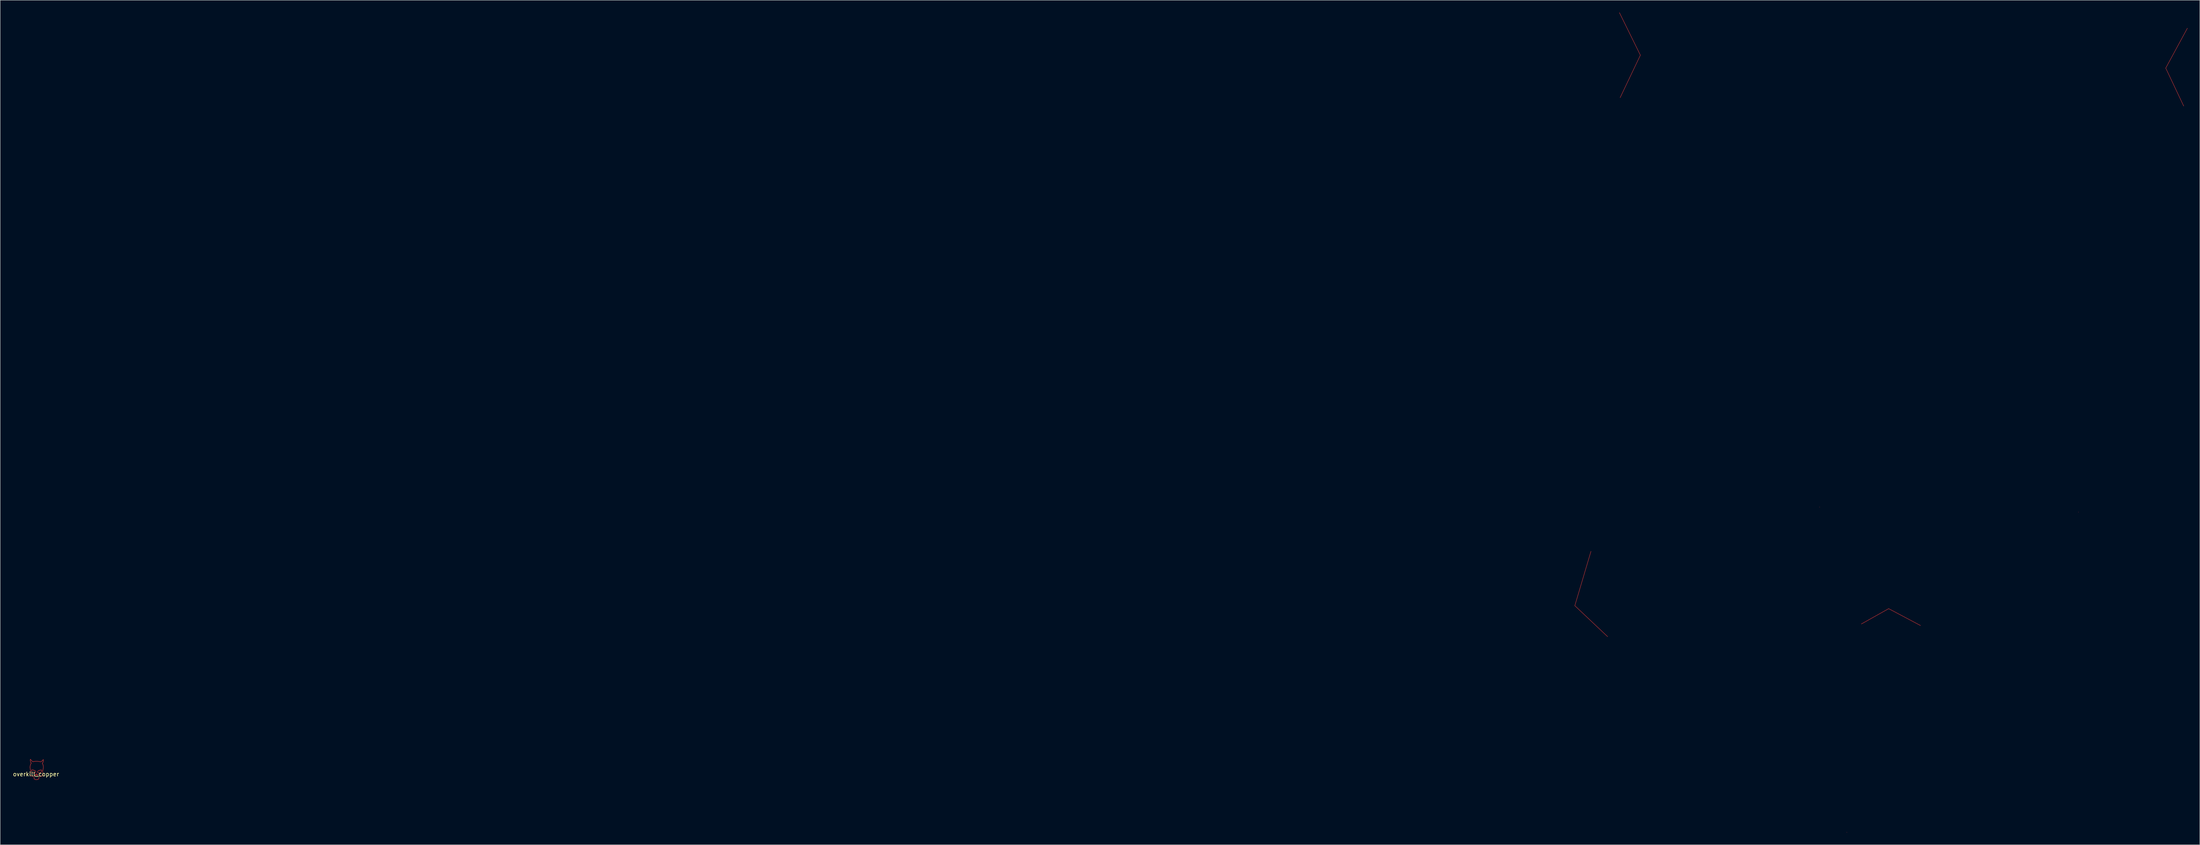
<source format=kicad_pcb>
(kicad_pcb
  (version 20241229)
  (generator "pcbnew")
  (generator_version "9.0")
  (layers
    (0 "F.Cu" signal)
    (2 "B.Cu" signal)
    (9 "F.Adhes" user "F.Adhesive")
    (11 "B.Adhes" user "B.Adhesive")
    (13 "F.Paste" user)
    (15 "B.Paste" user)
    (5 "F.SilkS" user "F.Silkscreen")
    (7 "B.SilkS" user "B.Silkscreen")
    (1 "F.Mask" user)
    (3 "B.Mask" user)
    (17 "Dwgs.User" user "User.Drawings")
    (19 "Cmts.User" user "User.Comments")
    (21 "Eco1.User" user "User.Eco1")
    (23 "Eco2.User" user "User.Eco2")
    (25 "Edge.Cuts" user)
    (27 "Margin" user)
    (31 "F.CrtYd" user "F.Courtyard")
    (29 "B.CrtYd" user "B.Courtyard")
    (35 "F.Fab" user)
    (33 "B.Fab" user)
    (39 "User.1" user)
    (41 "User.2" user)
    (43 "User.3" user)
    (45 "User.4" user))
  (footprint "overkill_copper"
    (layer "F.Cu")
    (at 5.768 186.206)
    (property "Reference" "overkill_copper" (at 0 0.5 0) (layer "F.SilkS") (effects (font (size 1 1) (thickness 0.15))))
    (attr through_hole)
    (fp_line (start -1.523 0.597) (end -1.52 0.582) (stroke (width 0.1) (type solid)) (layer "F.Cu"))
    (fp_line (start -1.523 0.612) (end -1.523 0.597) (stroke (width 0.1) (type solid)) (layer "F.Cu"))
    (fp_line (start -1.523 0.627) (end -1.523 0.612) (stroke (width 0.1) (type solid)) (layer "F.Cu"))
    (fp_line (start -1.52 0.582) (end -1.517 0.567) (stroke (width 0.1) (type solid)) (layer "F.Cu"))
    (fp_line (start -1.52 0.641) (end -1.523 0.627) (stroke (width 0.1) (type solid)) (layer "F.Cu"))
    (fp_line (start -1.517 0.656) (end -1.52 0.641) (stroke (width 0.1) (type solid)) (layer "F.Cu"))
    (fp_line (start -1.517 0.567) (end -1.512 0.553) (stroke (width 0.1) (type solid)) (layer "F.Cu"))
    (fp_line (start -1.513 0.667) (end -1.517 0.656) (stroke (width 0.1) (type solid)) (layer "F.Cu"))
    (fp_line (start -1.512 0.553) (end -1.507 0.539) (stroke (width 0.1) (type solid)) (layer "F.Cu"))
    (fp_line (start -1.509 0.678) (end -1.513 0.667) (stroke (width 0.1) (type solid)) (layer "F.Cu"))
    (fp_line (start -1.507 0.539) (end -1.502 0.525) (stroke (width 0.1) (type solid)) (layer "F.Cu"))
    (fp_line (start -1.502 0.689) (end -1.509 0.678) (stroke (width 0.1) (type solid)) (layer "F.Cu"))
    (fp_line (start -1.502 0.525) (end -1.496 0.511) (stroke (width 0.1) (type solid)) (layer "F.Cu"))
    (fp_line (start -1.496 0.511) (end -1.489 0.498) (stroke (width 0.1) (type solid)) (layer "F.Cu"))
    (fp_line (start -1.496 0.698) (end -1.502 0.689) (stroke (width 0.1) (type solid)) (layer "F.Cu"))
    (fp_line (start -1.489 0.498) (end -1.483 0.484) (stroke (width 0.1) (type solid)) (layer "F.Cu"))
    (fp_line (start -1.488 0.708) (end -1.496 0.698) (stroke (width 0.1) (type solid)) (layer "F.Cu"))
    (fp_line (start -1.483 0.484) (end -1.476 0.47) (stroke (width 0.1) (type solid)) (layer "F.Cu"))
    (fp_line (start -1.479 0.716) (end -1.488 0.708) (stroke (width 0.1) (type solid)) (layer "F.Cu"))
    (fp_line (start -1.476 0.47) (end -1.47 0.457) (stroke (width 0.1) (type solid)) (layer "F.Cu"))
    (fp_line (start -1.471 0.725) (end -1.479 0.716) (stroke (width 0.1) (type solid)) (layer "F.Cu"))
    (fp_line (start -1.47 0.457) (end -1.463 0.443) (stroke (width 0.1) (type solid)) (layer "F.Cu"))
    (fp_line (start -1.463 0.443) (end -1.457 0.429) (stroke (width 0.1) (type solid)) (layer "F.Cu"))
    (fp_line (start -1.462 -1.261) (end -1.459 -1.298) (stroke (width 0.1) (type solid)) (layer "F.Cu"))
    (fp_line (start -1.462 -1.225) (end -1.462 -1.261) (stroke (width 0.1) (type solid)) (layer "F.Cu"))
    (fp_line (start -1.462 -1.187) (end -1.462 -1.225) (stroke (width 0.1) (type solid)) (layer "F.Cu"))
    (fp_line (start -1.462 -1.15) (end -1.462 -1.187) (stroke (width 0.1) (type solid)) (layer "F.Cu"))
    (fp_line (start -1.461 0.732) (end -1.471 0.725) (stroke (width 0.1) (type solid)) (layer "F.Cu"))
    (fp_line (start -1.459 -1.298) (end -1.455 -1.335) (stroke (width 0.1) (type solid)) (layer "F.Cu"))
    (fp_line (start -1.459 -1.113) (end -1.462 -1.15) (stroke (width 0.1) (type solid)) (layer "F.Cu"))
    (fp_line (start -1.457 0.429) (end -1.451 0.415) (stroke (width 0.1) (type solid)) (layer "F.Cu"))
    (fp_line (start -1.456 -1.076) (end -1.459 -1.113) (stroke (width 0.1) (type solid)) (layer "F.Cu"))
    (fp_line (start -1.455 -1.335) (end -1.451 -1.372) (stroke (width 0.1) (type solid)) (layer "F.Cu"))
    (fp_line (start -1.452 -1.039) (end -1.456 -1.076) (stroke (width 0.1) (type solid)) (layer "F.Cu"))
    (fp_line (start -1.452 0.74) (end -1.461 0.732) (stroke (width 0.1) (type solid)) (layer "F.Cu"))
    (fp_line (start -1.451 -1.372) (end -1.446 -1.408) (stroke (width 0.1) (type solid)) (layer "F.Cu"))
    (fp_line (start -1.451 0.415) (end -1.445 0.402) (stroke (width 0.1) (type solid)) (layer "F.Cu"))
    (fp_line (start -1.448 -1.002) (end -1.452 -1.039) (stroke (width 0.1) (type solid)) (layer "F.Cu"))
    (fp_line (start -1.446 -1.408) (end -1.44 -1.445) (stroke (width 0.1) (type solid)) (layer "F.Cu"))
    (fp_line (start -1.445 0.402) (end -1.44 0.387) (stroke (width 0.1) (type solid)) (layer "F.Cu"))
    (fp_line (start -1.443 -0.965) (end -1.448 -1.002) (stroke (width 0.1) (type solid)) (layer "F.Cu"))
    (fp_line (start -1.443 0.747) (end -1.452 0.74) (stroke (width 0.1) (type solid)) (layer "F.Cu"))
    (fp_line (start -1.44 -1.445) (end -1.434 -1.481) (stroke (width 0.1) (type solid)) (layer "F.Cu"))
    (fp_line (start -1.44 0.387) (end -1.435 0.373) (stroke (width 0.1) (type solid)) (layer "F.Cu"))
    (fp_line (start -1.439 -0.928) (end -1.443 -0.965) (stroke (width 0.1) (type solid)) (layer "F.Cu"))
    (fp_line (start -1.435 0.373) (end -1.419 0.319) (stroke (width 0.1) (type solid)) (layer "F.Cu"))
    (fp_line (start -1.434 -1.481) (end -1.43 -1.508) (stroke (width 0.1) (type solid)) (layer "F.Cu"))
    (fp_line (start -1.434 -0.891) (end -1.439 -0.928) (stroke (width 0.1) (type solid)) (layer "F.Cu"))
    (fp_line (start -1.433 0.754) (end -1.443 0.747) (stroke (width 0.1) (type solid)) (layer "F.Cu"))
    (fp_line (start -1.43 -1.508) (end -1.425 -1.534) (stroke (width 0.1) (type solid)) (layer "F.Cu"))
    (fp_line (start -1.428 -0.854) (end -1.434 -0.891) (stroke (width 0.1) (type solid)) (layer "F.Cu"))
    (fp_line (start -1.425 -1.534) (end -1.419 -1.56) (stroke (width 0.1) (type solid)) (layer "F.Cu"))
    (fp_line (start -1.423 0.76) (end -1.433 0.754) (stroke (width 0.1) (type solid)) (layer "F.Cu"))
    (fp_line (start -1.423 -0.818) (end -1.428 -0.854) (stroke (width 0.1) (type solid)) (layer "F.Cu"))
    (fp_line (start -1.419 -1.56) (end -1.414 -1.585) (stroke (width 0.1) (type solid)) (layer "F.Cu"))
    (fp_line (start -1.419 0.319) (end -1.405 0.264) (stroke (width 0.1) (type solid)) (layer "F.Cu"))
    (fp_line (start -1.417 -0.781) (end -1.423 -0.818) (stroke (width 0.1) (type solid)) (layer "F.Cu"))
    (fp_line (start -1.414 -1.585) (end -1.407 -1.611) (stroke (width 0.1) (type solid)) (layer "F.Cu"))
    (fp_line (start -1.413 0.767) (end -1.423 0.76) (stroke (width 0.1) (type solid)) (layer "F.Cu"))
    (fp_line (start -1.412 -0.745) (end -1.417 -0.781) (stroke (width 0.1) (type solid)) (layer "F.Cu"))
    (fp_line (start -1.411 -2.995) (end -1.408 -3.037) (stroke (width 0.1) (type solid)) (layer "F.Cu"))
    (fp_line (start -1.411 -2.953) (end -1.411 -2.995) (stroke (width 0.1) (type solid)) (layer "F.Cu"))
    (fp_line (start -1.408 -3.037) (end -1.403 -3.078) (stroke (width 0.1) (type solid)) (layer "F.Cu"))
    (fp_line (start -1.408 -2.911) (end -1.411 -2.953) (stroke (width 0.1) (type solid)) (layer "F.Cu"))
    (fp_line (start -1.407 -1.611) (end -1.401 -1.637) (stroke (width 0.1) (type solid)) (layer "F.Cu"))
    (fp_line (start -1.405 0.264) (end -1.392 0.209) (stroke (width 0.1) (type solid)) (layer "F.Cu"))
    (fp_line (start -1.405 -2.87) (end -1.408 -2.911) (stroke (width 0.1) (type solid)) (layer "F.Cu"))
    (fp_line (start -1.403 -3.078) (end -1.391 -3.118) (stroke (width 0.1) (type solid)) (layer "F.Cu"))
    (fp_line (start -1.403 0.774) (end -1.413 0.767) (stroke (width 0.1) (type solid)) (layer "F.Cu"))
    (fp_line (start -1.403 -0.689) (end -1.412 -0.745) (stroke (width 0.1) (type solid)) (layer "F.Cu"))
    (fp_line (start -1.401 -1.637) (end -1.394 -1.662) (stroke (width 0.1) (type solid)) (layer "F.Cu"))
    (fp_line (start -1.4 -2.829) (end -1.405 -2.87) (stroke (width 0.1) (type solid)) (layer "F.Cu"))
    (fp_line (start -1.395 -0.633) (end -1.403 -0.689) (stroke (width 0.1) (type solid)) (layer "F.Cu"))
    (fp_line (start -1.394 -1.662) (end -1.387 -1.688) (stroke (width 0.1) (type solid)) (layer "F.Cu"))
    (fp_line (start -1.394 -2.787) (end -1.4 -2.829) (stroke (width 0.1) (type solid)) (layer "F.Cu"))
    (fp_line (start -1.394 0.78) (end -1.403 0.774) (stroke (width 0.1) (type solid)) (layer "F.Cu"))
    (fp_line (start -1.392 0.209) (end -1.38 0.154) (stroke (width 0.1) (type solid)) (layer "F.Cu"))
    (fp_line (start -1.391 -3.118) (end -1.361 -3.144) (stroke (width 0.1) (type solid)) (layer "F.Cu"))
    (fp_line (start -1.387 -1.688) (end -1.38 -1.714) (stroke (width 0.1) (type solid)) (layer "F.Cu"))
    (fp_line (start -1.387 -0.577) (end -1.395 -0.633) (stroke (width 0.1) (type solid)) (layer "F.Cu"))
    (fp_line (start -1.386 -2.746) (end -1.394 -2.787) (stroke (width 0.1) (type solid)) (layer "F.Cu"))
    (fp_line (start -1.384 0.787) (end -1.394 0.78) (stroke (width 0.1) (type solid)) (layer "F.Cu"))
    (fp_line (start -1.38 -1.714) (end -1.373 -1.739) (stroke (width 0.1) (type solid)) (layer "F.Cu"))
    (fp_line (start -1.38 -0.521) (end -1.387 -0.577) (stroke (width 0.1) (type solid)) (layer "F.Cu"))
    (fp_line (start -1.38 0.154) (end -1.37 0.098) (stroke (width 0.1) (type solid)) (layer "F.Cu"))
    (fp_line (start -1.378 -2.705) (end -1.386 -2.746) (stroke (width 0.1) (type solid)) (layer "F.Cu"))
    (fp_line (start -1.374 0.794) (end -1.384 0.787) (stroke (width 0.1) (type solid)) (layer "F.Cu"))
    (fp_line (start -1.373 -1.739) (end -1.365 -1.764) (stroke (width 0.1) (type solid)) (layer "F.Cu"))
    (fp_line (start -1.373 -0.465) (end -1.38 -0.521) (stroke (width 0.1) (type solid)) (layer "F.Cu"))
    (fp_line (start -1.37 0.098) (end -1.362 0.043) (stroke (width 0.1) (type solid)) (layer "F.Cu"))
    (fp_line (start -1.369 -2.665) (end -1.378 -2.705) (stroke (width 0.1) (type solid)) (layer "F.Cu"))
    (fp_line (start -1.366 -0.409) (end -1.373 -0.465) (stroke (width 0.1) (type solid)) (layer "F.Cu"))
    (fp_line (start -1.365 -1.764) (end -1.357 -1.79) (stroke (width 0.1) (type solid)) (layer "F.Cu"))
    (fp_line (start -1.365 0.801) (end -1.374 0.794) (stroke (width 0.1) (type solid)) (layer "F.Cu"))
    (fp_line (start -1.362 0.043) (end -1.356 -0.014) (stroke (width 0.1) (type solid)) (layer "F.Cu"))
    (fp_line (start -1.361 -3.144) (end -1.326 -3.124) (stroke (width 0.1) (type solid)) (layer "F.Cu"))
    (fp_line (start -1.361 -0.352) (end -1.366 -0.409) (stroke (width 0.1) (type solid)) (layer "F.Cu"))
    (fp_line (start -1.358 -2.624) (end -1.369 -2.665) (stroke (width 0.1) (type solid)) (layer "F.Cu"))
    (fp_line (start -1.357 -1.79) (end -1.349 -1.815) (stroke (width 0.1) (type solid)) (layer "F.Cu"))
    (fp_line (start -1.356 -0.296) (end -1.361 -0.352) (stroke (width 0.1) (type solid)) (layer "F.Cu"))
    (fp_line (start -1.356 -0.014) (end -1.353 -0.07) (stroke (width 0.1) (type solid)) (layer "F.Cu"))
    (fp_line (start -1.355 0.809) (end -1.365 0.801) (stroke (width 0.1) (type solid)) (layer "F.Cu"))
    (fp_line (start -1.353 -0.24) (end -1.356 -0.296) (stroke (width 0.1) (type solid)) (layer "F.Cu"))
    (fp_line (start -1.353 -0.07) (end -1.35 -0.127) (stroke (width 0.1) (type solid)) (layer "F.Cu"))
    (fp_line (start -1.35 -0.183) (end -1.353 -0.24) (stroke (width 0.1) (type solid)) (layer "F.Cu"))
    (fp_line (start -1.35 -0.127) (end -1.35 -0.183) (stroke (width 0.1) (type solid)) (layer "F.Cu"))
    (fp_line (start -1.349 -1.815) (end -1.34 -1.84) (stroke (width 0.1) (type solid)) (layer "F.Cu"))
    (fp_line (start -1.347 -2.584) (end -1.358 -2.624) (stroke (width 0.1) (type solid)) (layer "F.Cu"))
    (fp_line (start -1.346 0.817) (end -1.355 0.809) (stroke (width 0.1) (type solid)) (layer "F.Cu"))
    (fp_line (start -1.34 -1.84) (end -1.332 -1.865) (stroke (width 0.1) (type solid)) (layer "F.Cu"))
    (fp_line (start -1.334 -2.544) (end -1.347 -2.584) (stroke (width 0.1) (type solid)) (layer "F.Cu"))
    (fp_line (start -1.332 -1.865) (end -1.323 -1.889) (stroke (width 0.1) (type solid)) (layer "F.Cu"))
    (fp_line (start -1.327 0.835) (end -1.346 0.817) (stroke (width 0.1) (type solid)) (layer "F.Cu"))
    (fp_line (start -1.326 -3.124) (end -1.299 -3.092) (stroke (width 0.1) (type solid)) (layer "F.Cu"))
    (fp_line (start -1.323 -1.889) (end -1.313 -1.914) (stroke (width 0.1) (type solid)) (layer "F.Cu"))
    (fp_line (start -1.319 -2.505) (end -1.334 -2.544) (stroke (width 0.1) (type solid)) (layer "F.Cu"))
    (fp_line (start -1.313 -1.914) (end -1.303 -1.939) (stroke (width 0.1) (type solid)) (layer "F.Cu"))
    (fp_line (start -1.309 0.852) (end -1.327 0.835) (stroke (width 0.1) (type solid)) (layer "F.Cu"))
    (fp_line (start -1.304 -2.467) (end -1.319 -2.505) (stroke (width 0.1) (type solid)) (layer "F.Cu"))
    (fp_line (start -1.303 -1.939) (end -1.293 -1.963) (stroke (width 0.1) (type solid)) (layer "F.Cu"))
    (fp_line (start -1.299 -3.092) (end -1.282 -3.067) (stroke (width 0.1) (type solid)) (layer "F.Cu"))
    (fp_line (start -1.293 -1.963) (end -1.282 -1.987) (stroke (width 0.1) (type solid)) (layer "F.Cu"))
    (fp_line (start -1.29 0.87) (end -1.309 0.852) (stroke (width 0.1) (type solid)) (layer "F.Cu"))
    (fp_line (start -1.286 -2.429) (end -1.304 -2.467) (stroke (width 0.1) (type solid)) (layer "F.Cu"))
    (fp_line (start -1.282 -3.067) (end -1.265 -3.043) (stroke (width 0.1) (type solid)) (layer "F.Cu"))
    (fp_line (start -1.282 -1.987) (end -1.276 -1.998) (stroke (width 0.1) (type solid)) (layer "F.Cu"))
    (fp_line (start -1.281 -2.418) (end -1.286 -2.429) (stroke (width 0.1) (type solid)) (layer "F.Cu"))
    (fp_line (start -1.276 -1.998) (end -1.271 -2.009) (stroke (width 0.1) (type solid)) (layer "F.Cu"))
    (fp_line (start -1.275 -2.406) (end -1.281 -2.418) (stroke (width 0.1) (type solid)) (layer "F.Cu"))
    (fp_line (start -1.271 0.887) (end -1.29 0.87) (stroke (width 0.1) (type solid)) (layer "F.Cu"))
    (fp_line (start -1.271 -2.009) (end -1.265 -2.02) (stroke (width 0.1) (type solid)) (layer "F.Cu"))
    (fp_line (start -1.269 -2.395) (end -1.275 -2.406) (stroke (width 0.1) (type solid)) (layer "F.Cu"))
    (fp_line (start -1.265 -3.043) (end -1.248 -3.018) (stroke (width 0.1) (type solid)) (layer "F.Cu"))
    (fp_line (start -1.265 -2.02) (end -1.259 -2.032) (stroke (width 0.1) (type solid)) (layer "F.Cu"))
    (fp_line (start -1.264 -2.384) (end -1.269 -2.395) (stroke (width 0.1) (type solid)) (layer "F.Cu"))
    (fp_line (start -1.259 -2.032) (end -1.254 -2.042) (stroke (width 0.1) (type solid)) (layer "F.Cu"))
    (fp_line (start -1.258 -2.373) (end -1.264 -2.384) (stroke (width 0.1) (type solid)) (layer "F.Cu"))
    (fp_line (start -1.254 -2.042) (end -1.248 -2.053) (stroke (width 0.1) (type solid)) (layer "F.Cu"))
    (fp_line (start -1.252 -2.362) (end -1.258 -2.373) (stroke (width 0.1) (type solid)) (layer "F.Cu"))
    (fp_line (start -1.251 0.903) (end -1.271 0.887) (stroke (width 0.1) (type solid)) (layer "F.Cu"))
    (fp_line (start -1.248 -3.018) (end -1.231 -2.994) (stroke (width 0.1) (type solid)) (layer "F.Cu"))
    (fp_line (start -1.248 -2.053) (end -1.241 -2.064) (stroke (width 0.1) (type solid)) (layer "F.Cu"))
    (fp_line (start -1.246 -2.351) (end -1.252 -2.362) (stroke (width 0.1) (type solid)) (layer "F.Cu"))
    (fp_line (start -1.241 -2.064) (end -1.235 -2.074) (stroke (width 0.1) (type solid)) (layer "F.Cu"))
    (fp_line (start -1.239 -2.341) (end -1.246 -2.351) (stroke (width 0.1) (type solid)) (layer "F.Cu"))
    (fp_line (start -1.235 -2.074) (end -1.229 -2.085) (stroke (width 0.1) (type solid)) (layer "F.Cu"))
    (fp_line (start -1.233 -2.33) (end -1.239 -2.341) (stroke (width 0.1) (type solid)) (layer "F.Cu"))
    (fp_line (start -1.231 0.919) (end -1.251 0.903) (stroke (width 0.1) (type solid)) (layer "F.Cu"))
    (fp_line (start -1.231 -2.994) (end -1.213 -2.97) (stroke (width 0.1) (type solid)) (layer "F.Cu"))
    (fp_line (start -1.229 -2.085) (end -1.222 -2.095) (stroke (width 0.1) (type solid)) (layer "F.Cu"))
    (fp_line (start -1.226 -2.319) (end -1.233 -2.33) (stroke (width 0.1) (type solid)) (layer "F.Cu"))
    (fp_line (start -1.222 -2.095) (end -1.215 -2.105) (stroke (width 0.1) (type solid)) (layer "F.Cu"))
    (fp_line (start -1.22 -2.309) (end -1.226 -2.319) (stroke (width 0.1) (type solid)) (layer "F.Cu"))
    (fp_line (start -1.215 -2.105) (end -1.208 -2.116) (stroke (width 0.1) (type solid)) (layer "F.Cu"))
    (fp_line (start -1.213 -2.97) (end -1.196 -2.945) (stroke (width 0.1) (type solid)) (layer "F.Cu"))
    (fp_line (start -1.213 -2.298) (end -1.22 -2.309) (stroke (width 0.1) (type solid)) (layer "F.Cu"))
    (fp_line (start -1.211 0.934) (end -1.231 0.919) (stroke (width 0.1) (type solid)) (layer "F.Cu"))
    (fp_line (start -1.208 -2.116) (end -1.201 -2.126) (stroke (width 0.1) (type solid)) (layer "F.Cu"))
    (fp_line (start -1.205 -2.288) (end -1.213 -2.298) (stroke (width 0.1) (type solid)) (layer "F.Cu"))
    (fp_line (start -1.201 -2.126) (end -1.195 -2.136) (stroke (width 0.1) (type solid)) (layer "F.Cu"))
    (fp_line (start -1.198 -2.278) (end -1.205 -2.288) (stroke (width 0.1) (type solid)) (layer "F.Cu"))
    (fp_line (start -1.196 -2.945) (end -1.178 -2.921) (stroke (width 0.1) (type solid)) (layer "F.Cu"))
    (fp_line (start -1.195 -2.136) (end -1.188 -2.147) (stroke (width 0.1) (type solid)) (layer "F.Cu"))
    (fp_line (start -1.19 -2.268) (end -1.198 -2.278) (stroke (width 0.1) (type solid)) (layer "F.Cu"))
    (fp_line (start -1.188 -2.147) (end -1.184 -2.158) (stroke (width 0.1) (type solid)) (layer "F.Cu"))
    (fp_line (start -1.188 0.946) (end -1.211 0.934) (stroke (width 0.1) (type solid)) (layer "F.Cu"))
    (fp_line (start -1.184 -2.257) (end -1.19 -2.268) (stroke (width 0.1) (type solid)) (layer "F.Cu"))
    (fp_line (start -1.184 -2.158) (end -1.18 -2.17) (stroke (width 0.1) (type solid)) (layer "F.Cu"))
    (fp_line (start -1.18 -2.17) (end -1.177 -2.183) (stroke (width 0.1) (type solid)) (layer "F.Cu"))
    (fp_line (start -1.18 -2.245) (end -1.184 -2.257) (stroke (width 0.1) (type solid)) (layer "F.Cu"))
    (fp_line (start -1.178 -2.921) (end -1.159 -2.898) (stroke (width 0.1) (type solid)) (layer "F.Cu"))
    (fp_line (start -1.177 -2.195) (end -1.177 -2.208) (stroke (width 0.1) (type solid)) (layer "F.Cu"))
    (fp_line (start -1.177 -2.183) (end -1.177 -2.195) (stroke (width 0.1) (type solid)) (layer "F.Cu"))
    (fp_line (start -1.177 -2.233) (end -1.18 -2.245) (stroke (width 0.1) (type solid)) (layer "F.Cu"))
    (fp_line (start -1.177 -2.22) (end -1.177 -2.233) (stroke (width 0.1) (type solid)) (layer "F.Cu"))
    (fp_line (start -1.177 -2.208) (end -1.177 -2.22) (stroke (width 0.1) (type solid)) (layer "F.Cu"))
    (fp_line (start -1.165 0.956) (end -1.188 0.946) (stroke (width 0.1) (type solid)) (layer "F.Cu"))
    (fp_line (start -1.159 -2.898) (end -1.141 -2.874) (stroke (width 0.1) (type solid)) (layer "F.Cu"))
    (fp_line (start -1.141 -2.874) (end -1.122 -2.85) (stroke (width 0.1) (type solid)) (layer "F.Cu"))
    (fp_line (start -1.141 0.964) (end -1.165 0.956) (stroke (width 0.1) (type solid)) (layer "F.Cu"))
    (fp_line (start -1.122 -2.85) (end -1.103 -2.827) (stroke (width 0.1) (type solid)) (layer "F.Cu"))
    (fp_line (start -1.115 0.969) (end -1.141 0.964) (stroke (width 0.1) (type solid)) (layer "F.Cu"))
    (fp_line (start -1.103 -2.827) (end -1.083 -2.805) (stroke (width 0.1) (type solid)) (layer "F.Cu"))
    (fp_line (start -1.09 0.973) (end -1.115 0.969) (stroke (width 0.1) (type solid)) (layer "F.Cu"))
    (fp_line (start -1.085 -0.465) (end -1.085 -0.442) (stroke (width 0.1) (type solid)) (layer "F.Cu"))
    (fp_line (start -1.085 -0.442) (end -1.084 -0.418) (stroke (width 0.1) (type solid)) (layer "F.Cu"))
    (fp_line (start -1.084 -0.418) (end -1.084 -0.395) (stroke (width 0.1) (type solid)) (layer "F.Cu"))
    (fp_line (start -1.084 -0.395) (end -1.082 -0.371) (stroke (width 0.1) (type solid)) (layer "F.Cu"))
    (fp_line (start -1.083 -2.805) (end -1.063 -2.783) (stroke (width 0.1) (type solid)) (layer "F.Cu"))
    (fp_line (start -1.082 -0.371) (end -1.079 -0.348) (stroke (width 0.1) (type solid)) (layer "F.Cu"))
    (fp_line (start -1.081 -0.489) (end -1.085 -0.465) (stroke (width 0.1) (type solid)) (layer "F.Cu"))
    (fp_line (start -1.079 -0.348) (end -1.071 -0.29) (stroke (width 0.1) (type solid)) (layer "F.Cu"))
    (fp_line (start -1.073 -0.511) (end -1.081 -0.489) (stroke (width 0.1) (type solid)) (layer "F.Cu"))
    (fp_line (start -1.071 -0.29) (end -1.06 -0.232) (stroke (width 0.1) (type solid)) (layer "F.Cu"))
    (fp_line (start -1.065 0.975) (end -1.09 0.973) (stroke (width 0.1) (type solid)) (layer "F.Cu"))
    (fp_line (start -1.063 -2.783) (end -1.042 -2.761) (stroke (width 0.1) (type solid)) (layer "F.Cu"))
    (fp_line (start -1.06 -0.531) (end -1.073 -0.511) (stroke (width 0.1) (type solid)) (layer "F.Cu"))
    (fp_line (start -1.06 -0.232) (end -1.044 -0.176) (stroke (width 0.1) (type solid)) (layer "F.Cu"))
    (fp_line (start -1.044 -0.176) (end -1.025 -0.121) (stroke (width 0.1) (type solid)) (layer "F.Cu"))
    (fp_line (start -1.042 -2.761) (end -1.021 -2.74) (stroke (width 0.1) (type solid)) (layer "F.Cu"))
    (fp_line (start -1.041 -0.544) (end -1.06 -0.531) (stroke (width 0.1) (type solid)) (layer "F.Cu"))
    (fp_line (start -1.039 0.976) (end -1.065 0.975) (stroke (width 0.1) (type solid)) (layer "F.Cu"))
    (fp_line (start -1.025 -0.121) (end -1.001 -0.068) (stroke (width 0.1) (type solid)) (layer "F.Cu"))
    (fp_line (start -1.021 -2.74) (end -0.999 -2.719) (stroke (width 0.1) (type solid)) (layer "F.Cu"))
    (fp_line (start -1.019 -0.552) (end -1.041 -0.544) (stroke (width 0.1) (type solid)) (layer "F.Cu"))
    (fp_line (start -1.014 0.977) (end -1.039 0.976) (stroke (width 0.1) (type solid)) (layer "F.Cu"))
    (fp_line (start -1.001 -0.068) (end -0.972 -0.018) (stroke (width 0.1) (type solid)) (layer "F.Cu"))
    (fp_line (start -0.999 -2.719) (end -0.975 -2.7) (stroke (width 0.1) (type solid)) (layer "F.Cu"))
    (fp_line (start -0.996 -0.556) (end -1.019 -0.552) (stroke (width 0.1) (type solid)) (layer "F.Cu"))
    (fp_line (start -0.988 0.978) (end -1.014 0.977) (stroke (width 0.1) (type solid)) (layer "F.Cu"))
    (fp_line (start -0.975 -2.7) (end -0.952 -2.681) (stroke (width 0.1) (type solid)) (layer "F.Cu"))
    (fp_line (start -0.972 -0.557) (end -0.996 -0.556) (stroke (width 0.1) (type solid)) (layer "F.Cu"))
    (fp_line (start -0.972 -0.018) (end -0.937 0.029) (stroke (width 0.1) (type solid)) (layer "F.Cu"))
    (fp_line (start -0.963 0.978) (end -0.988 0.978) (stroke (width 0.1) (type solid)) (layer "F.Cu"))
    (fp_line (start -0.952 -2.681) (end -0.928 -2.664) (stroke (width 0.1) (type solid)) (layer "F.Cu"))
    (fp_line (start -0.949 -0.557) (end -0.972 -0.557) (stroke (width 0.1) (type solid)) (layer "F.Cu"))
    (fp_line (start -0.937 0.029) (end -0.898 0.072) (stroke (width 0.1) (type solid)) (layer "F.Cu"))
    (fp_line (start -0.937 0.978) (end -0.963 0.978) (stroke (width 0.1) (type solid)) (layer "F.Cu"))
    (fp_line (start -0.928 -2.664) (end -0.903 -2.647) (stroke (width 0.1) (type solid)) (layer "F.Cu"))
    (fp_line (start -0.925 -0.555) (end -0.949 -0.557) (stroke (width 0.1) (type solid)) (layer "F.Cu"))
    (fp_line (start -0.911 0.978) (end -0.937 0.978) (stroke (width 0.1) (type solid)) (layer "F.Cu"))
    (fp_line (start -0.903 -2.647) (end -0.878 -2.631) (stroke (width 0.1) (type solid)) (layer "F.Cu"))
    (fp_line (start -0.901 -0.552) (end -0.925 -0.555) (stroke (width 0.1) (type solid)) (layer "F.Cu"))
    (fp_line (start -0.898 0.072) (end -0.853 0.109) (stroke (width 0.1) (type solid)) (layer "F.Cu"))
    (fp_line (start -0.886 0.978) (end -0.911 0.978) (stroke (width 0.1) (type solid)) (layer "F.Cu"))
    (fp_line (start -0.878 -2.631) (end -0.854 -2.615) (stroke (width 0.1) (type solid)) (layer "F.Cu"))
    (fp_line (start -0.878 -0.549) (end -0.901 -0.552) (stroke (width 0.1) (type solid)) (layer "F.Cu"))
    (fp_line (start -0.867 0.978) (end -0.886 0.978) (stroke (width 0.1) (type solid)) (layer "F.Cu"))
    (fp_line (start -0.854 -0.546) (end -0.878 -0.549) (stroke (width 0.1) (type solid)) (layer "F.Cu"))
    (fp_line (start -0.854 -2.615) (end -0.829 -2.6) (stroke (width 0.1) (type solid)) (layer "F.Cu"))
    (fp_line (start -0.853 0.109) (end -0.804 0.14) (stroke (width 0.1) (type solid)) (layer "F.Cu"))
    (fp_line (start -0.849 0.978) (end -0.867 0.978) (stroke (width 0.1) (type solid)) (layer "F.Cu"))
    (fp_line (start -0.831 -0.542) (end -0.854 -0.546) (stroke (width 0.1) (type solid)) (layer "F.Cu"))
    (fp_line (start -0.831 0.978) (end -0.849 0.978) (stroke (width 0.1) (type solid)) (layer "F.Cu"))
    (fp_line (start -0.829 -2.6) (end -0.803 -2.588) (stroke (width 0.1) (type solid)) (layer "F.Cu"))
    (fp_line (start -0.813 0.978) (end -0.831 0.978) (stroke (width 0.1) (type solid)) (layer "F.Cu"))
    (fp_line (start -0.808 -0.538) (end -0.831 -0.542) (stroke (width 0.1) (type solid)) (layer "F.Cu"))
    (fp_line (start -0.804 0.14) (end -0.752 0.165) (stroke (width 0.1) (type solid)) (layer "F.Cu"))
    (fp_line (start -0.803 -2.588) (end -0.775 -2.578) (stroke (width 0.1) (type solid)) (layer "F.Cu"))
    (fp_line (start -0.795 0.979) (end -0.813 0.978) (stroke (width 0.1) (type solid)) (layer "F.Cu"))
    (fp_line (start -0.785 -0.533) (end -0.808 -0.538) (stroke (width 0.1) (type solid)) (layer "F.Cu"))
    (fp_line (start -0.776 0.979) (end -0.795 0.979) (stroke (width 0.1) (type solid)) (layer "F.Cu"))
    (fp_line (start -0.775 -2.578) (end -0.747 -2.572) (stroke (width 0.1) (type solid)) (layer "F.Cu"))
    (fp_line (start -0.771 -0.531) (end -0.785 -0.533) (stroke (width 0.1) (type solid)) (layer "F.Cu"))
    (fp_line (start -0.758 0.979) (end -0.776 0.979) (stroke (width 0.1) (type solid)) (layer "F.Cu"))
    (fp_line (start -0.757 -0.528) (end -0.771 -0.531) (stroke (width 0.1) (type solid)) (layer "F.Cu"))
    (fp_line (start -0.752 0.165) (end -0.697 0.183) (stroke (width 0.1) (type solid)) (layer "F.Cu"))
    (fp_line (start -0.747 -2.572) (end -0.717 -2.569) (stroke (width 0.1) (type solid)) (layer "F.Cu"))
    (fp_line (start -0.743 -0.525) (end -0.757 -0.528) (stroke (width 0.1) (type solid)) (layer "F.Cu"))
    (fp_line (start -0.74 0.98) (end -0.758 0.979) (stroke (width 0.1) (type solid)) (layer "F.Cu"))
    (fp_line (start -0.73 -0.522) (end -0.743 -0.525) (stroke (width 0.1) (type solid)) (layer "F.Cu"))
    (fp_line (start -0.722 0.981) (end -0.74 0.98) (stroke (width 0.1) (type solid)) (layer "F.Cu"))
    (fp_line (start -0.717 -2.569) (end -0.688 -2.569) (stroke (width 0.1) (type solid)) (layer "F.Cu"))
    (fp_line (start -0.716 -0.519) (end -0.73 -0.522) (stroke (width 0.1) (type solid)) (layer "F.Cu"))
    (fp_line (start -0.704 0.982) (end -0.722 0.981) (stroke (width 0.1) (type solid)) (layer "F.Cu"))
    (fp_line (start -0.703 -0.516) (end -0.716 -0.519) (stroke (width 0.1) (type solid)) (layer "F.Cu"))
    (fp_line (start -0.697 0.183) (end -0.639 0.195) (stroke (width 0.1) (type solid)) (layer "F.Cu"))
    (fp_line (start -0.689 -0.513) (end -0.703 -0.516) (stroke (width 0.1) (type solid)) (layer "F.Cu"))
    (fp_line (start -0.688 -2.569) (end -0.659 -2.572) (stroke (width 0.1) (type solid)) (layer "F.Cu"))
    (fp_line (start -0.686 0.983) (end -0.704 0.982) (stroke (width 0.1) (type solid)) (layer "F.Cu"))
    (fp_line (start -0.676 -0.51) (end -0.689 -0.513) (stroke (width 0.1) (type solid)) (layer "F.Cu"))
    (fp_line (start -0.668 0.985) (end -0.686 0.983) (stroke (width 0.1) (type solid)) (layer "F.Cu"))
    (fp_line (start -0.662 -0.507) (end -0.676 -0.51) (stroke (width 0.1) (type solid)) (layer "F.Cu"))
    (fp_line (start -0.659 -2.572) (end -0.63 -2.575) (stroke (width 0.1) (type solid)) (layer "F.Cu"))
    (fp_line (start -0.651 0.988) (end -0.668 0.985) (stroke (width 0.1) (type solid)) (layer "F.Cu"))
    (fp_line (start -0.649 -0.503) (end -0.662 -0.507) (stroke (width 0.1) (type solid)) (layer "F.Cu"))
    (fp_line (start -0.639 0.195) (end -0.582 0.201) (stroke (width 0.1) (type solid)) (layer "F.Cu"))
    (fp_line (start -0.635 -0.5) (end -0.649 -0.503) (stroke (width 0.1) (type solid)) (layer "F.Cu"))
    (fp_line (start -0.633 0.992) (end -0.651 0.988) (stroke (width 0.1) (type solid)) (layer "F.Cu"))
    (fp_line (start -0.63 -2.575) (end -0.601 -2.579) (stroke (width 0.1) (type solid)) (layer "F.Cu"))
    (fp_line (start -0.622 -0.496) (end -0.635 -0.5) (stroke (width 0.1) (type solid)) (layer "F.Cu"))
    (fp_line (start -0.616 0.997) (end -0.633 0.992) (stroke (width 0.1) (type solid)) (layer "F.Cu"))
    (fp_line (start -0.609 -0.492) (end -0.622 -0.496) (stroke (width 0.1) (type solid)) (layer "F.Cu"))
    (fp_line (start -0.601 -2.579) (end -0.572 -2.584) (stroke (width 0.1) (type solid)) (layer "F.Cu"))
    (fp_line (start -0.6 1.005) (end -0.616 0.997) (stroke (width 0.1) (type solid)) (layer "F.Cu"))
    (fp_line (start -0.596 -0.488) (end -0.609 -0.492) (stroke (width 0.1) (type solid)) (layer "F.Cu"))
    (fp_line (start -0.585 1.016) (end -0.6 1.005) (stroke (width 0.1) (type solid)) (layer "F.Cu"))
    (fp_line (start -0.583 -0.484) (end -0.596 -0.488) (stroke (width 0.1) (type solid)) (layer "F.Cu"))
    (fp_line (start -0.582 0.201) (end -0.523 0.202) (stroke (width 0.1) (type solid)) (layer "F.Cu"))
    (fp_line (start -0.573 1.03) (end -0.585 1.016) (stroke (width 0.1) (type solid)) (layer "F.Cu"))
    (fp_line (start -0.572 -2.584) (end -0.544 -2.589) (stroke (width 0.1) (type solid)) (layer "F.Cu"))
    (fp_line (start -0.569 -0.479) (end -0.583 -0.484) (stroke (width 0.1) (type solid)) (layer "F.Cu"))
    (fp_line (start -0.564 1.045) (end -0.573 1.03) (stroke (width 0.1) (type solid)) (layer "F.Cu"))
    (fp_line (start -0.556 -0.475) (end -0.569 -0.479) (stroke (width 0.1) (type solid)) (layer "F.Cu"))
    (fp_line (start -0.555 1.061) (end -0.564 1.045) (stroke (width 0.1) (type solid)) (layer "F.Cu"))
    (fp_line (start -0.545 1.083) (end -0.555 1.061) (stroke (width 0.1) (type solid)) (layer "F.Cu"))
    (fp_line (start -0.544 -2.589) (end -0.515 -2.594) (stroke (width 0.1) (type solid)) (layer "F.Cu"))
    (fp_line (start -0.544 -0.469) (end -0.556 -0.475) (stroke (width 0.1) (type solid)) (layer "F.Cu"))
    (fp_line (start -0.537 1.106) (end -0.545 1.083) (stroke (width 0.1) (type solid)) (layer "F.Cu"))
    (fp_line (start -0.531 -0.463) (end -0.544 -0.469) (stroke (width 0.1) (type solid)) (layer "F.Cu"))
    (fp_line (start -0.529 1.13) (end -0.537 1.106) (stroke (width 0.1) (type solid)) (layer "F.Cu"))
    (fp_line (start -0.523 0.202) (end -0.465 0.197) (stroke (width 0.1) (type solid)) (layer "F.Cu"))
    (fp_line (start -0.522 1.154) (end -0.529 1.13) (stroke (width 0.1) (type solid)) (layer "F.Cu"))
    (fp_line (start -0.52 -0.455) (end -0.531 -0.463) (stroke (width 0.1) (type solid)) (layer "F.Cu"))
    (fp_line (start -0.518 -0.451) (end -0.52 -0.455) (stroke (width 0.1) (type solid)) (layer "F.Cu"))
    (fp_line (start -0.515 1.177) (end -0.522 1.154) (stroke (width 0.1) (type solid)) (layer "F.Cu"))
    (fp_line (start -0.515 -2.594) (end -0.487 -2.599) (stroke (width 0.1) (type solid)) (layer "F.Cu"))
    (fp_line (start -0.514 -0.448) (end -0.518 -0.451) (stroke (width 0.1) (type solid)) (layer "F.Cu"))
    (fp_line (start -0.511 -0.445) (end -0.514 -0.448) (stroke (width 0.1) (type solid)) (layer "F.Cu"))
    (fp_line (start -0.509 1.201) (end -0.515 1.177) (stroke (width 0.1) (type solid)) (layer "F.Cu"))
    (fp_line (start -0.507 -0.442) (end -0.511 -0.445) (stroke (width 0.1) (type solid)) (layer "F.Cu"))
    (fp_line (start -0.504 1.225) (end -0.509 1.201) (stroke (width 0.1) (type solid)) (layer "F.Cu"))
    (fp_line (start -0.503 -0.44) (end -0.507 -0.442) (stroke (width 0.1) (type solid)) (layer "F.Cu"))
    (fp_line (start -0.499 -0.437) (end -0.503 -0.44) (stroke (width 0.1) (type solid)) (layer "F.Cu"))
    (fp_line (start -0.498 1.249) (end -0.504 1.225) (stroke (width 0.1) (type solid)) (layer "F.Cu"))
    (fp_line (start -0.495 -0.435) (end -0.499 -0.437) (stroke (width 0.1) (type solid)) (layer "F.Cu"))
    (fp_line (start -0.493 1.272) (end -0.498 1.249) (stroke (width 0.1) (type solid)) (layer "F.Cu"))
    (fp_line (start -0.491 -0.433) (end -0.495 -0.435) (stroke (width 0.1) (type solid)) (layer "F.Cu"))
    (fp_line (start -0.488 1.297) (end -0.493 1.272) (stroke (width 0.1) (type solid)) (layer "F.Cu"))
    (fp_line (start -0.487 -2.599) (end -0.458 -2.605) (stroke (width 0.1) (type solid)) (layer "F.Cu"))
    (fp_line (start -0.486 -0.432) (end -0.491 -0.433) (stroke (width 0.1) (type solid)) (layer "F.Cu"))
    (fp_line (start -0.484 1.321) (end -0.488 1.297) (stroke (width 0.1) (type solid)) (layer "F.Cu"))
    (fp_line (start -0.482 -0.43) (end -0.486 -0.432) (stroke (width 0.1) (type solid)) (layer "F.Cu"))
    (fp_line (start -0.48 1.345) (end -0.484 1.321) (stroke (width 0.1) (type solid)) (layer "F.Cu"))
    (fp_line (start -0.477 -0.429) (end -0.482 -0.43) (stroke (width 0.1) (type solid)) (layer "F.Cu"))
    (fp_line (start -0.476 1.369) (end -0.48 1.345) (stroke (width 0.1) (type solid)) (layer "F.Cu"))
    (fp_line (start -0.473 -0.427) (end -0.477 -0.429) (stroke (width 0.1) (type solid)) (layer "F.Cu"))
    (fp_line (start -0.472 1.394) (end -0.476 1.369) (stroke (width 0.1) (type solid)) (layer "F.Cu"))
    (fp_line (start -0.469 1.418) (end -0.472 1.394) (stroke (width 0.1) (type solid)) (layer "F.Cu"))
    (fp_line (start -0.468 -0.426) (end -0.473 -0.427) (stroke (width 0.1) (type solid)) (layer "F.Cu"))
    (fp_line (start -0.465 1.442) (end -0.469 1.418) (stroke (width 0.1) (type solid)) (layer "F.Cu"))
    (fp_line (start -0.465 0.197) (end -0.408 0.189) (stroke (width 0.1) (type solid)) (layer "F.Cu"))
    (fp_line (start -0.463 -0.425) (end -0.468 -0.426) (stroke (width 0.1) (type solid)) (layer "F.Cu"))
    (fp_line (start -0.463 1.466) (end -0.465 1.442) (stroke (width 0.1) (type solid)) (layer "F.Cu"))
    (fp_line (start -0.46 1.491) (end -0.463 1.466) (stroke (width 0.1) (type solid)) (layer "F.Cu"))
    (fp_line (start -0.459 -0.424) (end -0.463 -0.425) (stroke (width 0.1) (type solid)) (layer "F.Cu"))
    (fp_line (start -0.458 -2.605) (end -0.429 -2.61) (stroke (width 0.1) (type solid)) (layer "F.Cu"))
    (fp_line (start -0.457 1.515) (end -0.46 1.491) (stroke (width 0.1) (type solid)) (layer "F.Cu"))
    (fp_line (start -0.454 1.54) (end -0.457 1.515) (stroke (width 0.1) (type solid)) (layer "F.Cu"))
    (fp_line (start -0.454 1.546) (end -0.454 1.54) (stroke (width 0.1) (type solid)) (layer "F.Cu"))
    (fp_line (start -0.454 1.552) (end -0.454 1.546) (stroke (width 0.1) (type solid)) (layer "F.Cu"))
    (fp_line (start -0.454 1.558) (end -0.454 1.552) (stroke (width 0.1) (type solid)) (layer "F.Cu"))
    (fp_line (start -0.454 1.563) (end -0.454 1.558) (stroke (width 0.1) (type solid)) (layer "F.Cu"))
    (fp_line (start -0.454 1.569) (end -0.454 1.563) (stroke (width 0.1) (type solid)) (layer "F.Cu"))
    (fp_line (start -0.454 1.575) (end -0.454 1.569) (stroke (width 0.1) (type solid)) (layer "F.Cu"))
    (fp_line (start -0.454 1.58) (end -0.454 1.575) (stroke (width 0.1) (type solid)) (layer "F.Cu"))
    (fp_line (start -0.454 1.586) (end -0.454 1.58) (stroke (width 0.1) (type solid)) (layer "F.Cu"))
    (fp_line (start -0.454 1.592) (end -0.454 1.586) (stroke (width 0.1) (type solid)) (layer "F.Cu"))
    (fp_line (start -0.454 1.598) (end -0.454 1.592) (stroke (width 0.1) (type solid)) (layer "F.Cu"))
    (fp_line (start -0.454 1.603) (end -0.454 1.598) (stroke (width 0.1) (type solid)) (layer "F.Cu"))
    (fp_line (start -0.454 1.609) (end -0.454 1.603) (stroke (width 0.1) (type solid)) (layer "F.Cu"))
    (fp_line (start -0.454 1.615) (end -0.454 1.609) (stroke (width 0.1) (type solid)) (layer "F.Cu"))
    (fp_line (start -0.454 1.62) (end -0.454 1.615) (stroke (width 0.1) (type solid)) (layer "F.Cu"))
    (fp_line (start -0.454 1.626) (end -0.454 1.62) (stroke (width 0.1) (type solid)) (layer "F.Cu"))
    (fp_line (start -0.454 -0.423) (end -0.459 -0.424) (stroke (width 0.1) (type solid)) (layer "F.Cu"))
    (fp_line (start -0.451 1.632) (end -0.454 1.626) (stroke (width 0.1) (type solid)) (layer "F.Cu"))
    (fp_line (start -0.449 -0.423) (end -0.454 -0.423) (stroke (width 0.1) (type solid)) (layer "F.Cu"))
    (fp_line (start -0.449 1.638) (end -0.451 1.632) (stroke (width 0.1) (type solid)) (layer "F.Cu"))
    (fp_line (start -0.446 1.643) (end -0.449 1.638) (stroke (width 0.1) (type solid)) (layer "F.Cu"))
    (fp_line (start -0.445 -0.422) (end -0.449 -0.423) (stroke (width 0.1) (type solid)) (layer "F.Cu"))
    (fp_line (start -0.443 1.648) (end -0.446 1.643) (stroke (width 0.1) (type solid)) (layer "F.Cu"))
    (fp_line (start -0.44 -0.422) (end -0.445 -0.422) (stroke (width 0.1) (type solid)) (layer "F.Cu"))
    (fp_line (start -0.44 1.653) (end -0.443 1.648) (stroke (width 0.1) (type solid)) (layer "F.Cu"))
    (fp_line (start -0.435 -0.422) (end -0.44 -0.422) (stroke (width 0.1) (type solid)) (layer "F.Cu"))
    (fp_line (start -0.429 -2.61) (end -0.4 -2.616) (stroke (width 0.1) (type solid)) (layer "F.Cu"))
    (fp_line (start -0.425 1.665) (end -0.44 1.653) (stroke (width 0.1) (type solid)) (layer "F.Cu"))
    (fp_line (start -0.412 -0.419) (end -0.435 -0.422) (stroke (width 0.1) (type solid)) (layer "F.Cu"))
    (fp_line (start -0.41 1.676) (end -0.425 1.665) (stroke (width 0.1) (type solid)) (layer "F.Cu"))
    (fp_line (start -0.408 0.189) (end -0.351 0.177) (stroke (width 0.1) (type solid)) (layer "F.Cu"))
    (fp_line (start -0.4 -2.616) (end -0.372 -2.622) (stroke (width 0.1) (type solid)) (layer "F.Cu"))
    (fp_line (start -0.394 1.688) (end -0.41 1.676) (stroke (width 0.1) (type solid)) (layer "F.Cu"))
    (fp_line (start -0.389 -0.413) (end -0.412 -0.419) (stroke (width 0.1) (type solid)) (layer "F.Cu"))
    (fp_line (start -0.379 1.699) (end -0.394 1.688) (stroke (width 0.1) (type solid)) (layer "F.Cu"))
    (fp_line (start -0.372 -2.622) (end -0.343 -2.627) (stroke (width 0.1) (type solid)) (layer "F.Cu"))
    (fp_line (start -0.367 -0.404) (end -0.389 -0.413) (stroke (width 0.1) (type solid)) (layer "F.Cu"))
    (fp_line (start -0.364 1.71) (end -0.379 1.699) (stroke (width 0.1) (type solid)) (layer "F.Cu"))
    (fp_line (start -0.351 0.177) (end -0.295 0.161) (stroke (width 0.1) (type solid)) (layer "F.Cu"))
    (fp_line (start -0.348 1.721) (end -0.364 1.71) (stroke (width 0.1) (type solid)) (layer "F.Cu"))
    (fp_line (start -0.346 -0.394) (end -0.367 -0.404) (stroke (width 0.1) (type solid)) (layer "F.Cu"))
    (fp_line (start -0.343 -2.627) (end -0.292 -2.636) (stroke (width 0.1) (type solid)) (layer "F.Cu"))
    (fp_line (start -0.333 1.732) (end -0.348 1.721) (stroke (width 0.1) (type solid)) (layer "F.Cu"))
    (fp_line (start -0.326 -0.383) (end -0.346 -0.394) (stroke (width 0.1) (type solid)) (layer "F.Cu"))
    (fp_line (start -0.317 1.743) (end -0.333 1.732) (stroke (width 0.1) (type solid)) (layer "F.Cu"))
    (fp_line (start -0.305 -0.37) (end -0.326 -0.383) (stroke (width 0.1) (type solid)) (layer "F.Cu"))
    (fp_line (start -0.301 1.754) (end -0.317 1.743) (stroke (width 0.1) (type solid)) (layer "F.Cu"))
    (fp_line (start -0.295 0.161) (end -0.24 0.143) (stroke (width 0.1) (type solid)) (layer "F.Cu"))
    (fp_line (start -0.292 -2.636) (end -0.241 -2.644) (stroke (width 0.1) (type solid)) (layer "F.Cu"))
    (fp_line (start -0.285 1.764) (end -0.301 1.754) (stroke (width 0.1) (type solid)) (layer "F.Cu"))
    (fp_line (start -0.285 -0.357) (end -0.305 -0.37) (stroke (width 0.1) (type solid)) (layer "F.Cu"))
    (fp_line (start -0.269 1.774) (end -0.285 1.764) (stroke (width 0.1) (type solid)) (layer "F.Cu"))
    (fp_line (start -0.266 -0.344) (end -0.285 -0.357) (stroke (width 0.1) (type solid)) (layer "F.Cu"))
    (fp_line (start -0.253 1.783) (end -0.269 1.774) (stroke (width 0.1) (type solid)) (layer "F.Cu"))
    (fp_line (start -0.25 0.769) (end -0.25 0.776) (stroke (width 0.1) (type solid)) (layer "F.Cu"))
    (fp_line (start -0.25 0.776) (end -0.25 0.783) (stroke (width 0.1) (type solid)) (layer "F.Cu"))
    (fp_line (start -0.25 0.783) (end -0.247 0.791) (stroke (width 0.1) (type solid)) (layer "F.Cu"))
    (fp_line (start -0.25 0.755) (end -0.25 0.762) (stroke (width 0.1) (type solid)) (layer "F.Cu"))
    (fp_line (start -0.25 0.762) (end -0.25 0.769) (stroke (width 0.1) (type solid)) (layer "F.Cu"))
    (fp_line (start -0.247 -0.33) (end -0.266 -0.344) (stroke (width 0.1) (type solid)) (layer "F.Cu"))
    (fp_line (start -0.247 0.791) (end -0.244 0.798) (stroke (width 0.1) (type solid)) (layer "F.Cu"))
    (fp_line (start -0.247 0.747) (end -0.25 0.755) (stroke (width 0.1) (type solid)) (layer "F.Cu"))
    (fp_line (start -0.244 0.798) (end -0.241 0.804) (stroke (width 0.1) (type solid)) (layer "F.Cu"))
    (fp_line (start -0.244 0.74) (end -0.247 0.747) (stroke (width 0.1) (type solid)) (layer "F.Cu"))
    (fp_line (start -0.241 0.804) (end -0.238 0.811) (stroke (width 0.1) (type solid)) (layer "F.Cu"))
    (fp_line (start -0.241 0.734) (end -0.244 0.74) (stroke (width 0.1) (type solid)) (layer "F.Cu"))
    (fp_line (start -0.241 0.143) (end -0.223 0.136) (stroke (width 0.1) (type solid)) (layer "F.Cu"))
    (fp_line (start -0.241 -2.644) (end -0.19 -2.65) (stroke (width 0.1) (type solid)) (layer "F.Cu"))
    (fp_line (start -0.24 0.143) (end -0.24 0.143) (stroke (width 0.1) (type solid)) (layer "F.Cu"))
    (fp_line (start -0.24 0.143) (end -0.24 0.143) (stroke (width 0.1) (type solid)) (layer "F.Cu"))
    (fp_line (start -0.24 0.143) (end -0.24 0.143) (stroke (width 0.1) (type solid)) (layer "F.Cu"))
    (fp_line (start -0.24 0.143) (end -0.24 0.143) (stroke (width 0.1) (type solid)) (layer "F.Cu"))
    (fp_line (start -0.24 0.143) (end -0.24 0.143) (stroke (width 0.1) (type solid)) (layer "F.Cu"))
    (fp_line (start -0.24 0.143) (end -0.24 0.143) (stroke (width 0.1) (type solid)) (layer "F.Cu"))
    (fp_line (start -0.24 0.143) (end -0.24 0.143) (stroke (width 0.1) (type solid)) (layer "F.Cu"))
    (fp_line (start -0.24 0.143) (end -0.24 0.143) (stroke (width 0.1) (type solid)) (layer "F.Cu"))
    (fp_line (start -0.24 0.143) (end -0.24 0.143) (stroke (width 0.1) (type solid)) (layer "F.Cu"))
    (fp_line (start -0.24 0.143) (end -0.24 0.143) (stroke (width 0.1) (type solid)) (layer "F.Cu"))
    (fp_line (start -0.24 0.143) (end -0.24 0.143) (stroke (width 0.1) (type solid)) (layer "F.Cu"))
    (fp_line (start -0.24 0.143) (end -0.24 0.143) (stroke (width 0.1) (type solid)) (layer "F.Cu"))
    (fp_line (start -0.24 0.143) (end -0.24 0.143) (stroke (width 0.1) (type solid)) (layer "F.Cu"))
    (fp_line (start -0.24 0.143) (end -0.24 0.143) (stroke (width 0.1) (type solid)) (layer "F.Cu"))
    (fp_line (start -0.24 0.143) (end -0.24 0.143) (stroke (width 0.1) (type solid)) (layer "F.Cu"))
    (fp_line (start -0.24 0.143) (end -0.24 0.143) (stroke (width 0.1) (type solid)) (layer "F.Cu"))
    (fp_line (start -0.24 0.143) (end -0.24 0.143) (stroke (width 0.1) (type solid)) (layer "F.Cu"))
    (fp_line (start -0.24 0.143) (end -0.24 0.143) (stroke (width 0.1) (type solid)) (layer "F.Cu"))
    (fp_line (start -0.24 0.143) (end -0.24 0.143) (stroke (width 0.1) (type solid)) (layer "F.Cu"))
    (fp_line (start -0.24 0.143) (end -0.24 0.143) (stroke (width 0.1) (type solid)) (layer "F.Cu"))
    (fp_line (start -0.238 0.811) (end -0.234 0.817) (stroke (width 0.1) (type solid)) (layer "F.Cu"))
    (fp_line (start -0.238 0.727) (end -0.241 0.734) (stroke (width 0.1) (type solid)) (layer "F.Cu"))
    (fp_line (start -0.237 1.793) (end -0.253 1.783) (stroke (width 0.1) (type solid)) (layer "F.Cu"))
    (fp_line (start -0.234 0.817) (end -0.228 0.823) (stroke (width 0.1) (type solid)) (layer "F.Cu"))
    (fp_line (start -0.233 0.722) (end -0.238 0.727) (stroke (width 0.1) (type solid)) (layer "F.Cu"))
    (fp_line (start -0.229 -0.316) (end -0.247 -0.33) (stroke (width 0.1) (type solid)) (layer "F.Cu"))
    (fp_line (start -0.228 0.823) (end -0.222 0.827) (stroke (width 0.1) (type solid)) (layer "F.Cu"))
    (fp_line (start -0.227 0.717) (end -0.233 0.722) (stroke (width 0.1) (type solid)) (layer "F.Cu"))
    (fp_line (start -0.223 0.136) (end -0.205 0.129) (stroke (width 0.1) (type solid)) (layer "F.Cu"))
    (fp_line (start -0.222 0.827) (end -0.215 0.829) (stroke (width 0.1) (type solid)) (layer "F.Cu"))
    (fp_line (start -0.221 0.713) (end -0.227 0.717) (stroke (width 0.1) (type solid)) (layer "F.Cu"))
    (fp_line (start -0.22 1.802) (end -0.237 1.793) (stroke (width 0.1) (type solid)) (layer "F.Cu"))
    (fp_line (start -0.215 0.829) (end -0.208 0.83) (stroke (width 0.1) (type solid)) (layer "F.Cu"))
    (fp_line (start -0.213 0.707) (end -0.221 0.713) (stroke (width 0.1) (type solid)) (layer "F.Cu"))
    (fp_line (start -0.211 -0.3) (end -0.229 -0.316) (stroke (width 0.1) (type solid)) (layer "F.Cu"))
    (fp_line (start -0.208 0.83) (end -0.198 0.829) (stroke (width 0.1) (type solid)) (layer "F.Cu"))
    (fp_line (start -0.205 0.7) (end -0.213 0.707) (stroke (width 0.1) (type solid)) (layer "F.Cu"))
    (fp_line (start -0.205 0.129) (end -0.187 0.122) (stroke (width 0.1) (type solid)) (layer "F.Cu"))
    (fp_line (start -0.203 1.81) (end -0.22 1.802) (stroke (width 0.1) (type solid)) (layer "F.Cu"))
    (fp_line (start -0.198 0.693) (end -0.205 0.7) (stroke (width 0.1) (type solid)) (layer "F.Cu"))
    (fp_line (start -0.198 0.829) (end -0.188 0.826) (stroke (width 0.1) (type solid)) (layer "F.Cu"))
    (fp_line (start -0.193 -0.285) (end -0.211 -0.3) (stroke (width 0.1) (type solid)) (layer "F.Cu"))
    (fp_line (start -0.191 0.686) (end -0.198 0.693) (stroke (width 0.1) (type solid)) (layer "F.Cu"))
    (fp_line (start -0.19 -2.65) (end -0.138 -2.654) (stroke (width 0.1) (type solid)) (layer "F.Cu"))
    (fp_line (start -0.188 0.826) (end -0.178 0.823) (stroke (width 0.1) (type solid)) (layer "F.Cu"))
    (fp_line (start -0.187 0.122) (end -0.169 0.113) (stroke (width 0.1) (type solid)) (layer "F.Cu"))
    (fp_line (start -0.185 1.818) (end -0.203 1.81) (stroke (width 0.1) (type solid)) (layer "F.Cu"))
    (fp_line (start -0.184 0.679) (end -0.191 0.686) (stroke (width 0.1) (type solid)) (layer "F.Cu"))
    (fp_line (start -0.178 0.823) (end -0.169 0.82) (stroke (width 0.1) (type solid)) (layer "F.Cu"))
    (fp_line (start -0.177 0.671) (end -0.184 0.679) (stroke (width 0.1) (type solid)) (layer "F.Cu"))
    (fp_line (start -0.176 -0.269) (end -0.193 -0.285) (stroke (width 0.1) (type solid)) (layer "F.Cu"))
    (fp_line (start -0.171 0.664) (end -0.177 0.671) (stroke (width 0.1) (type solid)) (layer "F.Cu"))
    (fp_line (start -0.169 0.113) (end -0.152 0.105) (stroke (width 0.1) (type solid)) (layer "F.Cu"))
    (fp_line (start -0.169 0.82) (end -0.16 0.816) (stroke (width 0.1) (type solid)) (layer "F.Cu"))
    (fp_line (start -0.167 1.825) (end -0.185 1.818) (stroke (width 0.1) (type solid)) (layer "F.Cu"))
    (fp_line (start -0.164 0.656) (end -0.171 0.664) (stroke (width 0.1) (type solid)) (layer "F.Cu"))
    (fp_line (start -0.16 0.816) (end -0.15 0.812) (stroke (width 0.1) (type solid)) (layer "F.Cu"))
    (fp_line (start -0.159 -0.252) (end -0.176 -0.269) (stroke (width 0.1) (type solid)) (layer "F.Cu"))
    (fp_line (start -0.158 0.648) (end -0.164 0.656) (stroke (width 0.1) (type solid)) (layer "F.Cu"))
    (fp_line (start -0.152 0.105) (end -0.135 0.095) (stroke (width 0.1) (type solid)) (layer "F.Cu"))
    (fp_line (start -0.151 0.64) (end -0.158 0.648) (stroke (width 0.1) (type solid)) (layer "F.Cu"))
    (fp_line (start -0.15 0.812) (end -0.141 0.808) (stroke (width 0.1) (type solid)) (layer "F.Cu"))
    (fp_line (start -0.149 1.83) (end -0.167 1.825) (stroke (width 0.1) (type solid)) (layer "F.Cu"))
    (fp_line (start -0.145 0.633) (end -0.151 0.64) (stroke (width 0.1) (type solid)) (layer "F.Cu"))
    (fp_line (start -0.143 -0.235) (end -0.159 -0.252) (stroke (width 0.1) (type solid)) (layer "F.Cu"))
    (fp_line (start -0.141 0.808) (end -0.132 0.805) (stroke (width 0.1) (type solid)) (layer "F.Cu"))
    (fp_line (start -0.139 0.625) (end -0.145 0.633) (stroke (width 0.1) (type solid)) (layer "F.Cu"))
    (fp_line (start -0.138 -2.654) (end -0.086 -2.658) (stroke (width 0.1) (type solid)) (layer "F.Cu"))
    (fp_line (start -0.135 0.095) (end -0.118 0.085) (stroke (width 0.1) (type solid)) (layer "F.Cu"))
    (fp_line (start -0.133 0.617) (end -0.139 0.625) (stroke (width 0.1) (type solid)) (layer "F.Cu"))
    (fp_line (start -0.132 0.805) (end -0.123 0.8) (stroke (width 0.1) (type solid)) (layer "F.Cu"))
    (fp_line (start -0.131 1.834) (end -0.149 1.83) (stroke (width 0.1) (type solid)) (layer "F.Cu"))
    (fp_line (start -0.128 -0.218) (end -0.143 -0.235) (stroke (width 0.1) (type solid)) (layer "F.Cu"))
    (fp_line (start -0.126 0.61) (end -0.133 0.617) (stroke (width 0.1) (type solid)) (layer "F.Cu"))
    (fp_line (start -0.123 0.8) (end -0.114 0.796) (stroke (width 0.1) (type solid)) (layer "F.Cu"))
    (fp_line (start -0.12 0.602) (end -0.126 0.61) (stroke (width 0.1) (type solid)) (layer "F.Cu"))
    (fp_line (start -0.118 0.085) (end -0.102 0.073) (stroke (width 0.1) (type solid)) (layer "F.Cu"))
    (fp_line (start -0.114 0.594) (end -0.12 0.602) (stroke (width 0.1) (type solid)) (layer "F.Cu"))
    (fp_line (start -0.114 0.796) (end -0.105 0.792) (stroke (width 0.1) (type solid)) (layer "F.Cu"))
    (fp_line (start -0.113 -0.199) (end -0.128 -0.218) (stroke (width 0.1) (type solid)) (layer "F.Cu"))
    (fp_line (start -0.112 1.835) (end -0.131 1.834) (stroke (width 0.1) (type solid)) (layer "F.Cu"))
    (fp_line (start -0.108 0.585) (end -0.114 0.594) (stroke (width 0.1) (type solid)) (layer "F.Cu"))
    (fp_line (start -0.105 0.792) (end -0.096 0.787) (stroke (width 0.1) (type solid)) (layer "F.Cu"))
    (fp_line (start -0.102 1.835) (end -0.102 1.835) (stroke (width 0.1) (type solid)) (layer "F.Cu"))
    (fp_line (start -0.102 1.835) (end -0.102 1.835) (stroke (width 0.1) (type solid)) (layer "F.Cu"))
    (fp_line (start -0.102 1.835) (end -0.102 1.835) (stroke (width 0.1) (type solid)) (layer "F.Cu"))
    (fp_line (start -0.102 1.835) (end -0.102 1.835) (stroke (width 0.1) (type solid)) (layer "F.Cu"))
    (fp_line (start -0.102 1.835) (end -0.102 1.835) (stroke (width 0.1) (type solid)) (layer "F.Cu"))
    (fp_line (start -0.102 1.835) (end -0.102 1.835) (stroke (width 0.1) (type solid)) (layer "F.Cu"))
    (fp_line (start -0.102 1.835) (end -0.102 1.835) (stroke (width 0.1) (type solid)) (layer "F.Cu"))
    (fp_line (start -0.102 1.835) (end -0.102 1.835) (stroke (width 0.1) (type solid)) (layer "F.Cu"))
    (fp_line (start -0.102 1.835) (end -0.102 1.835) (stroke (width 0.1) (type solid)) (layer "F.Cu"))
    (fp_line (start -0.102 1.835) (end -0.102 1.835) (stroke (width 0.1) (type solid)) (layer "F.Cu"))
    (fp_line (start -0.102 1.835) (end -0.102 1.835) (stroke (width 0.1) (type solid)) (layer "F.Cu"))
    (fp_line (start -0.102 1.835) (end -0.102 1.835) (stroke (width 0.1) (type solid)) (layer "F.Cu"))
    (fp_line (start -0.102 1.835) (end -0.102 1.835) (stroke (width 0.1) (type solid)) (layer "F.Cu"))
    (fp_line (start -0.102 1.835) (end -0.102 1.835) (stroke (width 0.1) (type solid)) (layer "F.Cu"))
    (fp_line (start -0.102 1.835) (end -0.102 1.835) (stroke (width 0.1) (type solid)) (layer "F.Cu"))
    (fp_line (start -0.102 1.835) (end -0.102 1.835) (stroke (width 0.1) (type solid)) (layer "F.Cu"))
    (fp_line (start -0.102 1.835) (end -0.102 1.835) (stroke (width 0.1) (type solid)) (layer "F.Cu"))
    (fp_line (start -0.102 1.835) (end -0.102 1.835) (stroke (width 0.1) (type solid)) (layer "F.Cu"))
    (fp_line (start -0.102 0.073) (end -0.088 0.06) (stroke (width 0.1) (type solid)) (layer "F.Cu"))
    (fp_line (start -0.102 1.835) (end -0.102 1.835) (stroke (width 0.1) (type solid)) (layer "F.Cu"))
    (fp_line (start -0.102 1.835) (end -0.102 1.835) (stroke (width 0.1) (type solid)) (layer "F.Cu"))
    (fp_line (start -0.102 1.835) (end -0.102 1.835) (stroke (width 0.1) (type solid)) (layer "F.Cu"))
    (fp_line (start -0.102 1.835) (end -0.102 1.835) (stroke (width 0.1) (type solid)) (layer "F.Cu"))
    (fp_line (start -0.102 1.835) (end -0.102 1.835) (stroke (width 0.1) (type solid)) (layer "F.Cu"))
    (fp_line (start -0.102 1.835) (end -0.102 1.835) (stroke (width 0.1) (type solid)) (layer "F.Cu"))
    (fp_line (start -0.102 1.835) (end -0.102 1.835) (stroke (width 0.1) (type solid)) (layer "F.Cu"))
    (fp_line (start -0.102 1.835) (end -0.102 1.835) (stroke (width 0.1) (type solid)) (layer "F.Cu"))
    (fp_line (start -0.102 1.835) (end -0.102 1.835) (stroke (width 0.1) (type solid)) (layer "F.Cu"))
    (fp_line (start -0.102 1.835) (end -0.102 1.835) (stroke (width 0.1) (type solid)) (layer "F.Cu"))
    (fp_line (start -0.102 1.835) (end -0.102 1.835) (stroke (width 0.1) (type solid)) (layer "F.Cu"))
    (fp_line (start -0.102 1.835) (end -0.102 1.835) (stroke (width 0.1) (type solid)) (layer "F.Cu"))
    (fp_line (start -0.102 1.835) (end -0.102 1.835) (stroke (width 0.1) (type solid)) (layer "F.Cu"))
    (fp_line (start -0.102 1.835) (end -0.102 1.835) (stroke (width 0.1) (type solid)) (layer "F.Cu"))
    (fp_line (start -0.102 1.835) (end -0.102 1.835) (stroke (width 0.1) (type solid)) (layer "F.Cu"))
    (fp_line (start -0.102 1.835) (end -0.102 1.835) (stroke (width 0.1) (type solid)) (layer "F.Cu"))
    (fp_line (start -0.102 1.835) (end -0.102 1.835) (stroke (width 0.1) (type solid)) (layer "F.Cu"))
    (fp_line (start -0.102 1.835) (end -0.102 1.835) (stroke (width 0.1) (type solid)) (layer "F.Cu"))
    (fp_line (start -0.102 1.835) (end -0.102 1.835) (stroke (width 0.1) (type solid)) (layer "F.Cu"))
    (fp_line (start -0.102 1.835) (end -0.102 1.835) (stroke (width 0.1) (type solid)) (layer "F.Cu"))
    (fp_line (start -0.102 1.835) (end -0.102 1.835) (stroke (width 0.1) (type solid)) (layer "F.Cu"))
    (fp_line (start -0.102 1.835) (end -0.102 1.835) (stroke (width 0.1) (type solid)) (layer "F.Cu"))
    (fp_line (start -0.102 0.577) (end -0.108 0.585) (stroke (width 0.1) (type solid)) (layer "F.Cu"))
    (fp_line (start -0.099 -0.18) (end -0.113 -0.199) (stroke (width 0.1) (type solid)) (layer "F.Cu"))
    (fp_line (start -0.096 0.787) (end -0.086 0.783) (stroke (width 0.1) (type solid)) (layer "F.Cu"))
    (fp_line (start -0.095 0.569) (end -0.102 0.577) (stroke (width 0.1) (type solid)) (layer "F.Cu"))
    (fp_line (start -0.089 0.561) (end -0.095 0.569) (stroke (width 0.1) (type solid)) (layer "F.Cu"))
    (fp_line (start -0.088 0.06) (end -0.075 0.046) (stroke (width 0.1) (type solid)) (layer "F.Cu"))
    (fp_line (start -0.087 -0.16) (end -0.099 -0.18) (stroke (width 0.1) (type solid)) (layer "F.Cu"))
    (fp_line (start -0.086 0.783) (end -0.077 0.779) (stroke (width 0.1) (type solid)) (layer "F.Cu"))
    (fp_line (start -0.086 -2.658) (end -0.034 -2.66) (stroke (width 0.1) (type solid)) (layer "F.Cu"))
    (fp_line (start -0.081 0.55) (end -0.089 0.561) (stroke (width 0.1) (type solid)) (layer "F.Cu"))
    (fp_line (start -0.079 1.834) (end -0.102 1.835) (stroke (width 0.1) (type solid)) (layer "F.Cu"))
    (fp_line (start -0.077 0.779) (end -0.068 0.774) (stroke (width 0.1) (type solid)) (layer "F.Cu"))
    (fp_line (start -0.076 -0.139) (end -0.087 -0.16) (stroke (width 0.1) (type solid)) (layer "F.Cu"))
    (fp_line (start -0.075 0.046) (end -0.064 0.03) (stroke (width 0.1) (type solid)) (layer "F.Cu"))
    (fp_line (start -0.073 0.539) (end -0.081 0.55) (stroke (width 0.1) (type solid)) (layer "F.Cu"))
    (fp_line (start -0.069 -0.121) (end -0.076 -0.139) (stroke (width 0.1) (type solid)) (layer "F.Cu"))
    (fp_line (start -0.068 0.774) (end -0.06 0.769) (stroke (width 0.1) (type solid)) (layer "F.Cu"))
    (fp_line (start -0.065 0.529) (end -0.073 0.539) (stroke (width 0.1) (type solid)) (layer "F.Cu"))
    (fp_line (start -0.064 0.03) (end -0.056 0.012) (stroke (width 0.1) (type solid)) (layer "F.Cu"))
    (fp_line (start -0.062 -0.102) (end -0.069 -0.121) (stroke (width 0.1) (type solid)) (layer "F.Cu"))
    (fp_line (start -0.06 0.769) (end -0.051 0.765) (stroke (width 0.1) (type solid)) (layer "F.Cu"))
    (fp_line (start -0.057 1.834) (end -0.079 1.834) (stroke (width 0.1) (type solid)) (layer "F.Cu"))
    (fp_line (start -0.056 -0.083) (end -0.062 -0.102) (stroke (width 0.1) (type solid)) (layer "F.Cu"))
    (fp_line (start -0.056 0.012) (end -0.052 -0.007) (stroke (width 0.1) (type solid)) (layer "F.Cu"))
    (fp_line (start -0.056 0.518) (end -0.065 0.529) (stroke (width 0.1) (type solid)) (layer "F.Cu"))
    (fp_line (start -0.052 -0.064) (end -0.056 -0.083) (stroke (width 0.1) (type solid)) (layer "F.Cu"))
    (fp_line (start -0.052 -0.007) (end -0.049 -0.026) (stroke (width 0.1) (type solid)) (layer "F.Cu"))
    (fp_line (start -0.051 0.765) (end -0.042 0.76) (stroke (width 0.1) (type solid)) (layer "F.Cu"))
    (fp_line (start -0.049 -0.045) (end -0.052 -0.064) (stroke (width 0.1) (type solid)) (layer "F.Cu"))
    (fp_line (start -0.049 -0.026) (end -0.049 -0.045) (stroke (width 0.1) (type solid)) (layer "F.Cu"))
    (fp_line (start -0.048 0.508) (end -0.056 0.518) (stroke (width 0.1) (type solid)) (layer "F.Cu"))
    (fp_line (start -0.042 0.76) (end -0.033 0.755) (stroke (width 0.1) (type solid)) (layer "F.Cu"))
    (fp_line (start -0.039 0.498) (end -0.048 0.508) (stroke (width 0.1) (type solid)) (layer "F.Cu"))
    (fp_line (start -0.035 1.834) (end -0.057 1.834) (stroke (width 0.1) (type solid)) (layer "F.Cu"))
    (fp_line (start -0.034 -2.66) (end 0.018 -2.662) (stroke (width 0.1) (type solid)) (layer "F.Cu"))
    (fp_line (start -0.033 0.755) (end -0.025 0.751) (stroke (width 0.1) (type solid)) (layer "F.Cu"))
    (fp_line (start -0.03 0.488) (end -0.039 0.498) (stroke (width 0.1) (type solid)) (layer "F.Cu"))
    (fp_line (start -0.026 0.733) (end -0.023 0.725) (stroke (width 0.1) (type solid)) (layer "F.Cu"))
    (fp_line (start -0.026 0.742) (end -0.026 0.733) (stroke (width 0.1) (type solid)) (layer "F.Cu"))
    (fp_line (start -0.026 0.751) (end -0.026 0.742) (stroke (width 0.1) (type solid)) (layer "F.Cu"))
    (fp_line (start -0.025 0.75) (end -0.025 0.75) (stroke (width 0.1) (type solid)) (layer "F.Cu"))
    (fp_line (start -0.025 0.75) (end -0.025 0.75) (stroke (width 0.1) (type solid)) (layer "F.Cu"))
    (fp_line (start -0.025 0.75) (end -0.025 0.75) (stroke (width 0.1) (type solid)) (layer "F.Cu"))
    (fp_line (start -0.025 0.75) (end -0.025 0.75) (stroke (width 0.1) (type solid)) (layer "F.Cu"))
    (fp_line (start -0.025 0.75) (end -0.025 0.75) (stroke (width 0.1) (type solid)) (layer "F.Cu"))
    (fp_line (start -0.025 0.75) (end -0.025 0.75) (stroke (width 0.1) (type solid)) (layer "F.Cu"))
    (fp_line (start -0.025 0.75) (end -0.025 0.75) (stroke (width 0.1) (type solid)) (layer "F.Cu"))
    (fp_line (start -0.025 0.75) (end -0.025 0.75) (stroke (width 0.1) (type solid)) (layer "F.Cu"))
    (fp_line (start -0.025 0.75) (end -0.025 0.75) (stroke (width 0.1) (type solid)) (layer "F.Cu"))
    (fp_line (start -0.025 0.75) (end -0.025 0.75) (stroke (width 0.1) (type solid)) (layer "F.Cu"))
    (fp_line (start -0.025 0.75) (end -0.025 0.75) (stroke (width 0.1) (type solid)) (layer "F.Cu"))
    (fp_line (start -0.025 0.75) (end -0.025 0.75) (stroke (width 0.1) (type solid)) (layer "F.Cu"))
    (fp_line (start -0.025 0.75) (end -0.025 0.75) (stroke (width 0.1) (type solid)) (layer "F.Cu"))
    (fp_line (start -0.025 0.75) (end -0.025 0.75) (stroke (width 0.1) (type solid)) (layer "F.Cu"))
    (fp_line (start -0.025 0.75) (end -0.025 0.75) (stroke (width 0.1) (type solid)) (layer "F.Cu"))
    (fp_line (start -0.025 0.75) (end -0.025 0.75) (stroke (width 0.1) (type solid)) (layer "F.Cu"))
    (fp_line (start -0.025 0.75) (end -0.025 0.75) (stroke (width 0.1) (type solid)) (layer "F.Cu"))
    (fp_line (start -0.025 0.75) (end -0.025 0.75) (stroke (width 0.1) (type solid)) (layer "F.Cu"))
    (fp_line (start -0.025 0.75) (end -0.025 0.75) (stroke (width 0.1) (type solid)) (layer "F.Cu"))
    (fp_line (start -0.025 0.75) (end -0.025 0.75) (stroke (width 0.1) (type solid)) (layer "F.Cu"))
    (fp_line (start -0.025 0.751) (end -0.022 0.749) (stroke (width 0.1) (type solid)) (layer "F.Cu"))
    (fp_line (start -0.023 0.725) (end -0.018 0.717) (stroke (width 0.1) (type solid)) (layer "F.Cu"))
    (fp_line (start -0.022 0.749) (end -0.025 0.75) (stroke (width 0.1) (type solid)) (layer "F.Cu"))
    (fp_line (start -0.022 0.749) (end -0.019 0.748) (stroke (width 0.1) (type solid)) (layer "F.Cu"))
    (fp_line (start -0.02 0.478) (end -0.03 0.488) (stroke (width 0.1) (type solid)) (layer "F.Cu"))
    (fp_line (start -0.019 0.747) (end -0.022 0.749) (stroke (width 0.1) (type solid)) (layer "F.Cu"))
    (fp_line (start -0.019 0.748) (end -0.016 0.746) (stroke (width 0.1) (type solid)) (layer "F.Cu"))
    (fp_line (start -0.018 0.717) (end -0.012 0.711) (stroke (width 0.1) (type solid)) (layer "F.Cu"))
    (fp_line (start -0.016 0.746) (end -0.019 0.747) (stroke (width 0.1) (type solid)) (layer "F.Cu"))
    (fp_line (start -0.016 0.746) (end -0.014 0.745) (stroke (width 0.1) (type solid)) (layer "F.Cu"))
    (fp_line (start -0.014 0.745) (end -0.016 0.746) (stroke (width 0.1) (type solid)) (layer "F.Cu"))
    (fp_line (start -0.014 0.745) (end -0.011 0.743) (stroke (width 0.1) (type solid)) (layer "F.Cu"))
    (fp_line (start -0.013 1.834) (end -0.035 1.834) (stroke (width 0.1) (type solid)) (layer "F.Cu"))
    (fp_line (start -0.012 0.711) (end -0.005 0.705) (stroke (width 0.1) (type solid)) (layer "F.Cu"))
    (fp_line (start -0.011 0.743) (end -0.014 0.745) (stroke (width 0.1) (type solid)) (layer "F.Cu"))
    (fp_line (start -0.011 0.743) (end -0.008 0.742) (stroke (width 0.1) (type solid)) (layer "F.Cu"))
    (fp_line (start -0.01 0.469) (end -0.02 0.478) (stroke (width 0.1) (type solid)) (layer "F.Cu"))
    (fp_line (start -0.008 0.742) (end -0.011 0.743) (stroke (width 0.1) (type solid)) (layer "F.Cu"))
    (fp_line (start -0.008 0.742) (end -0.005 0.74) (stroke (width 0.1) (type solid)) (layer "F.Cu"))
    (fp_line (start -0.005 0.74) (end -0.008 0.742) (stroke (width 0.1) (type solid)) (layer "F.Cu"))
    (fp_line (start -0.005 0.74) (end -0.002 0.739) (stroke (width 0.1) (type solid)) (layer "F.Cu"))
    (fp_line (start -0.005 0.705) (end 0.003 0.7) (stroke (width 0.1) (type solid)) (layer "F.Cu"))
    (fp_line (start -0.002 0.739) (end -0.005 0.74) (stroke (width 0.1) (type solid)) (layer "F.Cu"))
    (fp_line (start -0.002 0.739) (end 0.000451 0.738) (stroke (width 0.1) (type solid)) (layer "F.Cu"))
    (fp_line (start 0.000451 0.738) (end -0.002 0.739) (stroke (width 0.1) (type solid)) (layer "F.Cu"))
    (fp_line (start 0.000451 0.738) (end 0.003 0.736) (stroke (width 0.1) (type solid)) (layer "F.Cu"))
    (fp_line (start 0.001 0.46) (end -0.01 0.469) (stroke (width 0.1) (type solid)) (layer "F.Cu"))
    (fp_line (start 0.003 0.7) (end 0.011 0.696) (stroke (width 0.1) (type solid)) (layer "F.Cu"))
    (fp_line (start 0.003 0.736) (end 0.000451 0.738) (stroke (width 0.1) (type solid)) (layer "F.Cu"))
    (fp_line (start 0.01 1.835) (end -0.013 1.834) (stroke (width 0.1) (type solid)) (layer "F.Cu"))
    (fp_line (start 0.011 0.696) (end 0.019 0.692) (stroke (width 0.1) (type solid)) (layer "F.Cu"))
    (fp_line (start 0.012 0.452) (end 0.001 0.46) (stroke (width 0.1) (type solid)) (layer "F.Cu"))
    (fp_line (start 0.018 -2.662) (end 0.069 -2.663) (stroke (width 0.1) (type solid)) (layer "F.Cu"))
    (fp_line (start 0.019 0.692) (end 0.027 0.688) (stroke (width 0.1) (type solid)) (layer "F.Cu"))
    (fp_line (start 0.024 0.446) (end 0.012 0.452) (stroke (width 0.1) (type solid)) (layer "F.Cu"))
    (fp_line (start 0.027 0.688) (end 0.036 0.685) (stroke (width 0.1) (type solid)) (layer "F.Cu"))
    (fp_line (start 0.032 1.836) (end 0.01 1.835) (stroke (width 0.1) (type solid)) (layer "F.Cu"))
    (fp_line (start 0.036 0.44) (end 0.024 0.446) (stroke (width 0.1) (type solid)) (layer "F.Cu"))
    (fp_line (start 0.036 0.685) (end 0.044 0.683) (stroke (width 0.1) (type solid)) (layer "F.Cu"))
    (fp_line (start 0.044 0.683) (end 0.053 0.68) (stroke (width 0.1) (type solid)) (layer "F.Cu"))
    (fp_line (start 0.048 0.436) (end 0.036 0.44) (stroke (width 0.1) (type solid)) (layer "F.Cu"))
    (fp_line (start 0.053 0.68) (end 0.062 0.678) (stroke (width 0.1) (type solid)) (layer "F.Cu"))
    (fp_line (start 0.054 1.837) (end 0.032 1.836) (stroke (width 0.1) (type solid)) (layer "F.Cu"))
    (fp_line (start 0.062 0.433) (end 0.048 0.436) (stroke (width 0.1) (type solid)) (layer "F.Cu"))
    (fp_line (start 0.062 0.678) (end 0.071 0.676) (stroke (width 0.1) (type solid)) (layer "F.Cu"))
    (fp_line (start 0.069 -2.663) (end 0.121 -2.663) (stroke (width 0.1) (type solid)) (layer "F.Cu"))
    (fp_line (start 0.071 0.676) (end 0.08 0.674) (stroke (width 0.1) (type solid)) (layer "F.Cu"))
    (fp_line (start 0.075 0.431) (end 0.062 0.433) (stroke (width 0.1) (type solid)) (layer "F.Cu"))
    (fp_line (start 0.077 1.837) (end 0.054 1.837) (stroke (width 0.1) (type solid)) (layer "F.Cu"))
    (fp_line (start 0.08 0.674) (end 0.089 0.673) (stroke (width 0.1) (type solid)) (layer "F.Cu"))
    (fp_line (start 0.089 0.43) (end 0.075 0.431) (stroke (width 0.1) (type solid)) (layer "F.Cu"))
    (fp_line (start 0.089 0.673) (end 0.098 0.672) (stroke (width 0.1) (type solid)) (layer "F.Cu"))
    (fp_line (start 0.098 0.672) (end 0.106 0.671) (stroke (width 0.1) (type solid)) (layer "F.Cu"))
    (fp_line (start 0.099 1.838) (end 0.077 1.837) (stroke (width 0.1) (type solid)) (layer "F.Cu"))
    (fp_line (start 0.103 0.43) (end 0.089 0.43) (stroke (width 0.1) (type solid)) (layer "F.Cu"))
    (fp_line (start 0.106 0.671) (end 0.116 0.671) (stroke (width 0.1) (type solid)) (layer "F.Cu"))
    (fp_line (start 0.116 0.671) (end 0.125 0.671) (stroke (width 0.1) (type solid)) (layer "F.Cu"))
    (fp_line (start 0.116 0.431) (end 0.103 0.43) (stroke (width 0.1) (type solid)) (layer "F.Cu"))
    (fp_line (start 0.121 -2.663) (end 0.173 -2.662) (stroke (width 0.1) (type solid)) (layer "F.Cu"))
    (fp_line (start 0.121 1.839) (end 0.099 1.838) (stroke (width 0.1) (type solid)) (layer "F.Cu"))
    (fp_line (start 0.125 0.671) (end 0.134 0.672) (stroke (width 0.1) (type solid)) (layer "F.Cu"))
    (fp_line (start 0.13 0.432) (end 0.116 0.431) (stroke (width 0.1) (type solid)) (layer "F.Cu"))
    (fp_line (start 0.134 0.672) (end 0.144 0.674) (stroke (width 0.1) (type solid)) (layer "F.Cu"))
    (fp_line (start 0.143 1.84) (end 0.121 1.839) (stroke (width 0.1) (type solid)) (layer "F.Cu"))
    (fp_line (start 0.144 0.674) (end 0.153 0.677) (stroke (width 0.1) (type solid)) (layer "F.Cu"))
    (fp_line (start 0.145 0.434) (end 0.13 0.432) (stroke (width 0.1) (type solid)) (layer "F.Cu"))
    (fp_line (start 0.153 0.677) (end 0.162 0.68) (stroke (width 0.1) (type solid)) (layer "F.Cu"))
    (fp_line (start 0.161 0.437) (end 0.145 0.434) (stroke (width 0.1) (type solid)) (layer "F.Cu"))
    (fp_line (start 0.162 0.68) (end 0.17 0.684) (stroke (width 0.1) (type solid)) (layer "F.Cu"))
    (fp_line (start 0.166 1.842) (end 0.143 1.84) (stroke (width 0.1) (type solid)) (layer "F.Cu"))
    (fp_line (start 0.17 0.684) (end 0.179 0.689) (stroke (width 0.1) (type solid)) (layer "F.Cu"))
    (fp_line (start 0.173 -2.662) (end 0.225 -2.661) (stroke (width 0.1) (type solid)) (layer "F.Cu"))
    (fp_line (start 0.176 0.441) (end 0.161 0.437) (stroke (width 0.1) (type solid)) (layer "F.Cu"))
    (fp_line (start 0.179 0.689) (end 0.187 0.694) (stroke (width 0.1) (type solid)) (layer "F.Cu"))
    (fp_line (start 0.187 0.694) (end 0.195 0.699) (stroke (width 0.1) (type solid)) (layer "F.Cu"))
    (fp_line (start 0.188 1.842) (end 0.166 1.842) (stroke (width 0.1) (type solid)) (layer "F.Cu"))
    (fp_line (start 0.191 0.446) (end 0.176 0.441) (stroke (width 0.1) (type solid)) (layer "F.Cu"))
    (fp_line (start 0.195 0.699) (end 0.203 0.704) (stroke (width 0.1) (type solid)) (layer "F.Cu"))
    (fp_line (start 0.203 0.704) (end 0.21 0.71) (stroke (width 0.1) (type solid)) (layer "F.Cu"))
    (fp_line (start 0.206 0.453) (end 0.191 0.446) (stroke (width 0.1) (type solid)) (layer "F.Cu"))
    (fp_line (start 0.21 1.843) (end 0.188 1.842) (stroke (width 0.1) (type solid)) (layer "F.Cu"))
    (fp_line (start 0.21 0.71) (end 0.218 0.716) (stroke (width 0.1) (type solid)) (layer "F.Cu"))
    (fp_line (start 0.218 0.716) (end 0.226 0.721) (stroke (width 0.1) (type solid)) (layer "F.Cu"))
    (fp_line (start 0.22 0.46) (end 0.206 0.453) (stroke (width 0.1) (type solid)) (layer "F.Cu"))
    (fp_line (start 0.225 -2.661) (end 0.277 -2.659) (stroke (width 0.1) (type solid)) (layer "F.Cu"))
    (fp_line (start 0.226 0.721) (end 0.233 0.727) (stroke (width 0.1) (type solid)) (layer "F.Cu"))
    (fp_line (start 0.233 1.844) (end 0.21 1.843) (stroke (width 0.1) (type solid)) (layer "F.Cu"))
    (fp_line (start 0.233 0.468) (end 0.22 0.46) (stroke (width 0.1) (type solid)) (layer "F.Cu"))
    (fp_line (start 0.233 0.727) (end 0.241 0.733) (stroke (width 0.1) (type solid)) (layer "F.Cu"))
    (fp_line (start 0.241 0.733) (end 0.249 0.738) (stroke (width 0.1) (type solid)) (layer "F.Cu"))
    (fp_line (start 0.246 0.478) (end 0.233 0.468) (stroke (width 0.1) (type solid)) (layer "F.Cu"))
    (fp_line (start 0.249 0.738) (end 0.257 0.744) (stroke (width 0.1) (type solid)) (layer "F.Cu"))
    (fp_line (start 0.255 1.844) (end 0.233 1.844) (stroke (width 0.1) (type solid)) (layer "F.Cu"))
    (fp_line (start 0.257 0.744) (end 0.265 0.749) (stroke (width 0.1) (type solid)) (layer "F.Cu"))
    (fp_line (start 0.258 0.488) (end 0.246 0.478) (stroke (width 0.1) (type solid)) (layer "F.Cu"))
    (fp_line (start 0.265 0.749) (end 0.273 0.754) (stroke (width 0.1) (type solid)) (layer "F.Cu"))
    (fp_line (start 0.27 0.498) (end 0.258 0.488) (stroke (width 0.1) (type solid)) (layer "F.Cu"))
    (fp_line (start 0.273 0.754) (end 0.281 0.758) (stroke (width 0.1) (type solid)) (layer "F.Cu"))
    (fp_line (start 0.277 -2.659) (end 0.328 -2.656) (stroke (width 0.1) (type solid)) (layer "F.Cu"))
    (fp_line (start 0.277 1.844) (end 0.255 1.844) (stroke (width 0.1) (type solid)) (layer "F.Cu"))
    (fp_line (start 0.281 0.509) (end 0.27 0.498) (stroke (width 0.1) (type solid)) (layer "F.Cu"))
    (fp_line (start 0.281 0.758) (end 0.29 0.763) (stroke (width 0.1) (type solid)) (layer "F.Cu"))
    (fp_line (start 0.29 0.763) (end 0.3 0.768) (stroke (width 0.1) (type solid)) (layer "F.Cu"))
    (fp_line (start 0.292 0.521) (end 0.281 0.509) (stroke (width 0.1) (type solid)) (layer "F.Cu"))
    (fp_line (start 0.3 1.843) (end 0.277 1.844) (stroke (width 0.1) (type solid)) (layer "F.Cu"))
    (fp_line (start 0.3 0.768) (end 0.309 0.772) (stroke (width 0.1) (type solid)) (layer "F.Cu"))
    (fp_line (start 0.303 0.532) (end 0.292 0.521) (stroke (width 0.1) (type solid)) (layer "F.Cu"))
    (fp_line (start 0.309 0.772) (end 0.318 0.777) (stroke (width 0.1) (type solid)) (layer "F.Cu"))
    (fp_line (start 0.313 0.544) (end 0.303 0.532) (stroke (width 0.1) (type solid)) (layer "F.Cu"))
    (fp_line (start 0.318 0.777) (end 0.328 0.781) (stroke (width 0.1) (type solid)) (layer "F.Cu"))
    (fp_line (start 0.322 1.84) (end 0.3 1.843) (stroke (width 0.1) (type solid)) (layer "F.Cu"))
    (fp_line (start 0.323 0.557) (end 0.313 0.544) (stroke (width 0.1) (type solid)) (layer "F.Cu"))
    (fp_line (start 0.328 0.781) (end 0.337 0.786) (stroke (width 0.1) (type solid)) (layer "F.Cu"))
    (fp_line (start 0.328 -2.656) (end 0.38 -2.652) (stroke (width 0.1) (type solid)) (layer "F.Cu"))
    (fp_line (start 0.333 0.569) (end 0.323 0.557) (stroke (width 0.1) (type solid)) (layer "F.Cu"))
    (fp_line (start 0.337 0.786) (end 0.347 0.79) (stroke (width 0.1) (type solid)) (layer "F.Cu"))
    (fp_line (start 0.34 1.83) (end 0.322 1.84) (stroke (width 0.1) (type solid)) (layer "F.Cu"))
    (fp_line (start 0.343 1.823) (end 0.34 1.83) (stroke (width 0.1) (type solid)) (layer "F.Cu"))
    (fp_line (start 0.343 0.582) (end 0.333 0.569) (stroke (width 0.1) (type solid)) (layer "F.Cu"))
    (fp_line (start 0.346 1.818) (end 0.343 1.823) (stroke (width 0.1) (type solid)) (layer "F.Cu"))
    (fp_line (start 0.347 0.79) (end 0.356 0.794) (stroke (width 0.1) (type solid)) (layer "F.Cu"))
    (fp_line (start 0.351 1.814) (end 0.346 1.818) (stroke (width 0.1) (type solid)) (layer "F.Cu"))
    (fp_line (start 0.352 0.594) (end 0.343 0.582) (stroke (width 0.1) (type solid)) (layer "F.Cu"))
    (fp_line (start 0.354 -0.045) (end 0.354 -0.013) (stroke (width 0.1) (type solid)) (layer "F.Cu"))
    (fp_line (start 0.354 -0.013) (end 0.361 0.017) (stroke (width 0.1) (type solid)) (layer "F.Cu"))
    (fp_line (start 0.356 0.794) (end 0.366 0.798) (stroke (width 0.1) (type solid)) (layer "F.Cu"))
    (fp_line (start 0.356 1.81) (end 0.351 1.814) (stroke (width 0.1) (type solid)) (layer "F.Cu"))
    (fp_line (start 0.357 -0.076) (end 0.354 -0.045) (stroke (width 0.1) (type solid)) (layer "F.Cu"))
    (fp_line (start 0.361 0.017) (end 0.374 0.045) (stroke (width 0.1) (type solid)) (layer "F.Cu"))
    (fp_line (start 0.361 1.807) (end 0.356 1.81) (stroke (width 0.1) (type solid)) (layer "F.Cu"))
    (fp_line (start 0.362 0.607) (end 0.352 0.594) (stroke (width 0.1) (type solid)) (layer "F.Cu"))
    (fp_line (start 0.364 -0.106) (end 0.357 -0.076) (stroke (width 0.1) (type solid)) (layer "F.Cu"))
    (fp_line (start 0.366 0.798) (end 0.375 0.802) (stroke (width 0.1) (type solid)) (layer "F.Cu"))
    (fp_line (start 0.367 1.804) (end 0.361 1.807) (stroke (width 0.1) (type solid)) (layer "F.Cu"))
    (fp_line (start 0.371 0.62) (end 0.362 0.607) (stroke (width 0.1) (type solid)) (layer "F.Cu"))
    (fp_line (start 0.372 1.801) (end 0.367 1.804) (stroke (width 0.1) (type solid)) (layer "F.Cu"))
    (fp_line (start 0.374 0.045) (end 0.394 0.07) (stroke (width 0.1) (type solid)) (layer "F.Cu"))
    (fp_line (start 0.375 0.802) (end 0.384 0.805) (stroke (width 0.1) (type solid)) (layer "F.Cu"))
    (fp_line (start 0.378 0.629) (end 0.371 0.62) (stroke (width 0.1) (type solid)) (layer "F.Cu"))
    (fp_line (start 0.378 1.798) (end 0.372 1.801) (stroke (width 0.1) (type solid)) (layer "F.Cu"))
    (fp_line (start 0.379 -0.145) (end 0.364 -0.106) (stroke (width 0.1) (type solid)) (layer "F.Cu"))
    (fp_line (start 0.38 -2.652) (end 0.432 -2.648) (stroke (width 0.1) (type solid)) (layer "F.Cu"))
    (fp_line (start 0.384 1.795) (end 0.378 1.798) (stroke (width 0.1) (type solid)) (layer "F.Cu"))
    (fp_line (start 0.384 0.639) (end 0.378 0.629) (stroke (width 0.1) (type solid)) (layer "F.Cu"))
    (fp_line (start 0.384 0.805) (end 0.394 0.809) (stroke (width 0.1) (type solid)) (layer "F.Cu"))
    (fp_line (start 0.39 1.793) (end 0.384 1.795) (stroke (width 0.1) (type solid)) (layer "F.Cu"))
    (fp_line (start 0.391 0.649) (end 0.384 0.639) (stroke (width 0.1) (type solid)) (layer "F.Cu"))
    (fp_line (start 0.394 0.809) (end 0.403 0.812) (stroke (width 0.1) (type solid)) (layer "F.Cu"))
    (fp_line (start 0.394 0.07) (end 0.418 0.09) (stroke (width 0.1) (type solid)) (layer "F.Cu"))
    (fp_line (start 0.396 1.791) (end 0.39 1.793) (stroke (width 0.1) (type solid)) (layer "F.Cu"))
    (fp_line (start 0.397 0.658) (end 0.391 0.649) (stroke (width 0.1) (type solid)) (layer "F.Cu"))
    (fp_line (start 0.401 -0.179) (end 0.379 -0.145) (stroke (width 0.1) (type solid)) (layer "F.Cu"))
    (fp_line (start 0.401 1.789) (end 0.396 1.791) (stroke (width 0.1) (type solid)) (layer "F.Cu"))
    (fp_line (start 0.403 0.812) (end 0.413 0.815) (stroke (width 0.1) (type solid)) (layer "F.Cu"))
    (fp_line (start 0.404 0.668) (end 0.397 0.658) (stroke (width 0.1) (type solid)) (layer "F.Cu"))
    (fp_line (start 0.407 1.787) (end 0.401 1.789) (stroke (width 0.1) (type solid)) (layer "F.Cu"))
    (fp_line (start 0.41 0.677) (end 0.404 0.668) (stroke (width 0.1) (type solid)) (layer "F.Cu"))
    (fp_line (start 0.413 0.815) (end 0.423 0.818) (stroke (width 0.1) (type solid)) (layer "F.Cu"))
    (fp_line (start 0.413 1.785) (end 0.407 1.787) (stroke (width 0.1) (type solid)) (layer "F.Cu"))
    (fp_line (start 0.416 0.687) (end 0.41 0.677) (stroke (width 0.1) (type solid)) (layer "F.Cu"))
    (fp_line (start 0.418 0.09) (end 0.444 0.107) (stroke (width 0.1) (type solid)) (layer "F.Cu"))
    (fp_line (start 0.419 1.783) (end 0.413 1.785) (stroke (width 0.1) (type solid)) (layer "F.Cu"))
    (fp_line (start 0.422 0.697) (end 0.416 0.687) (stroke (width 0.1) (type solid)) (layer "F.Cu"))
    (fp_line (start 0.423 0.818) (end 0.433 0.821) (stroke (width 0.1) (type solid)) (layer "F.Cu"))
    (fp_line (start 0.426 1.781) (end 0.419 1.783) (stroke (width 0.1) (type solid)) (layer "F.Cu"))
    (fp_line (start 0.427 -0.21) (end 0.401 -0.179) (stroke (width 0.1) (type solid)) (layer "F.Cu"))
    (fp_line (start 0.428 0.706) (end 0.422 0.697) (stroke (width 0.1) (type solid)) (layer "F.Cu"))
    (fp_line (start 0.432 1.78) (end 0.426 1.781) (stroke (width 0.1) (type solid)) (layer "F.Cu"))
    (fp_line (start 0.432 -2.648) (end 0.483 -2.642) (stroke (width 0.1) (type solid)) (layer "F.Cu"))
    (fp_line (start 0.433 0.821) (end 0.443 0.823) (stroke (width 0.1) (type solid)) (layer "F.Cu"))
    (fp_line (start 0.434 0.716) (end 0.428 0.706) (stroke (width 0.1) (type solid)) (layer "F.Cu"))
    (fp_line (start 0.438 1.778) (end 0.432 1.78) (stroke (width 0.1) (type solid)) (layer "F.Cu"))
    (fp_line (start 0.439 0.726) (end 0.434 0.716) (stroke (width 0.1) (type solid)) (layer "F.Cu"))
    (fp_line (start 0.443 0.823) (end 0.452 0.824) (stroke (width 0.1) (type solid)) (layer "F.Cu"))
    (fp_line (start 0.444 1.777) (end 0.438 1.778) (stroke (width 0.1) (type solid)) (layer "F.Cu"))
    (fp_line (start 0.444 0.107) (end 0.472 0.122) (stroke (width 0.1) (type solid)) (layer "F.Cu"))
    (fp_line (start 0.445 0.736) (end 0.439 0.726) (stroke (width 0.1) (type solid)) (layer "F.Cu"))
    (fp_line (start 0.45 1.775) (end 0.444 1.777) (stroke (width 0.1) (type solid)) (layer "F.Cu"))
    (fp_line (start 0.45 0.746) (end 0.445 0.736) (stroke (width 0.1) (type solid)) (layer "F.Cu"))
    (fp_line (start 0.452 0.824) (end 0.463 0.825) (stroke (width 0.1) (type solid)) (layer "F.Cu"))
    (fp_line (start 0.455 0.757) (end 0.45 0.746) (stroke (width 0.1) (type solid)) (layer "F.Cu"))
    (fp_line (start 0.457 -0.239) (end 0.427 -0.21) (stroke (width 0.1) (type solid)) (layer "F.Cu"))
    (fp_line (start 0.46 0.767) (end 0.455 0.757) (stroke (width 0.1) (type solid)) (layer "F.Cu"))
    (fp_line (start 0.463 0.825) (end 0.472 0.821) (stroke (width 0.1) (type solid)) (layer "F.Cu"))
    (fp_line (start 0.465 0.777) (end 0.46 0.767) (stroke (width 0.1) (type solid)) (layer "F.Cu"))
    (fp_line (start 0.469 0.788) (end 0.465 0.777) (stroke (width 0.1) (type solid)) (layer "F.Cu"))
    (fp_line (start 0.472 0.799) (end 0.469 0.788) (stroke (width 0.1) (type solid)) (layer "F.Cu"))
    (fp_line (start 0.472 0.821) (end 0.475 0.81) (stroke (width 0.1) (type solid)) (layer "F.Cu"))
    (fp_line (start 0.472 0.122) (end 0.501 0.135) (stroke (width 0.1) (type solid)) (layer "F.Cu"))
    (fp_line (start 0.475 0.81) (end 0.472 0.799) (stroke (width 0.1) (type solid)) (layer "F.Cu"))
    (fp_line (start 0.475 1.77) (end 0.45 1.775) (stroke (width 0.1) (type solid)) (layer "F.Cu"))
    (fp_line (start 0.483 -2.642) (end 0.535 -2.636) (stroke (width 0.1) (type solid)) (layer "F.Cu"))
    (fp_line (start 0.488 -0.265) (end 0.457 -0.239) (stroke (width 0.1) (type solid)) (layer "F.Cu"))
    (fp_line (start 0.5 1.763) (end 0.475 1.77) (stroke (width 0.1) (type solid)) (layer "F.Cu"))
    (fp_line (start 0.501 0.135) (end 0.53 0.146) (stroke (width 0.1) (type solid)) (layer "F.Cu"))
    (fp_line (start 0.521 -0.289) (end 0.488 -0.265) (stroke (width 0.1) (type solid)) (layer "F.Cu"))
    (fp_line (start 0.525 1.754) (end 0.5 1.763) (stroke (width 0.1) (type solid)) (layer "F.Cu"))
    (fp_line (start 0.53 0.146) (end 0.56 0.156) (stroke (width 0.1) (type solid)) (layer "F.Cu"))
    (fp_line (start 0.535 -2.636) (end 0.586 -2.628) (stroke (width 0.1) (type solid)) (layer "F.Cu"))
    (fp_line (start 0.549 1.743) (end 0.525 1.754) (stroke (width 0.1) (type solid)) (layer "F.Cu"))
    (fp_line (start 0.556 -0.311) (end 0.521 -0.289) (stroke (width 0.1) (type solid)) (layer "F.Cu"))
    (fp_line (start 0.56 0.156) (end 0.59 0.165) (stroke (width 0.1) (type solid)) (layer "F.Cu"))
    (fp_line (start 0.571 1.73) (end 0.549 1.743) (stroke (width 0.1) (type solid)) (layer "F.Cu"))
    (fp_line (start 0.586 -2.628) (end 0.637 -2.62) (stroke (width 0.1) (type solid)) (layer "F.Cu"))
    (fp_line (start 0.59 0.165) (end 0.62 0.174) (stroke (width 0.1) (type solid)) (layer "F.Cu"))
    (fp_line (start 0.591 -0.332) (end 0.556 -0.311) (stroke (width 0.1) (type solid)) (layer "F.Cu"))
    (fp_line (start 0.593 1.715) (end 0.571 1.73) (stroke (width 0.1) (type solid)) (layer "F.Cu"))
    (fp_line (start 0.613 1.698) (end 0.593 1.715) (stroke (width 0.1) (type solid)) (layer "F.Cu"))
    (fp_line (start 0.62 0.174) (end 0.65 0.182) (stroke (width 0.1) (type solid)) (layer "F.Cu"))
    (fp_line (start 0.627 -0.351) (end 0.591 -0.332) (stroke (width 0.1) (type solid)) (layer "F.Cu"))
    (fp_line (start 0.63 1.678) (end 0.613 1.698) (stroke (width 0.1) (type solid)) (layer "F.Cu"))
    (fp_line (start 0.637 -2.62) (end 0.688 -2.609) (stroke (width 0.1) (type solid)) (layer "F.Cu"))
    (fp_line (start 0.645 1.657) (end 0.63 1.678) (stroke (width 0.1) (type solid)) (layer "F.Cu"))
    (fp_line (start 0.65 0.182) (end 0.68 0.19) (stroke (width 0.1) (type solid)) (layer "F.Cu"))
    (fp_line (start 0.659 1.635) (end 0.645 1.657) (stroke (width 0.1) (type solid)) (layer "F.Cu"))
    (fp_line (start 0.663 -0.37) (end 0.627 -0.351) (stroke (width 0.1) (type solid)) (layer "F.Cu"))
    (fp_line (start 0.671 1.611) (end 0.659 1.635) (stroke (width 0.1) (type solid)) (layer "F.Cu"))
    (fp_line (start 0.68 1.587) (end 0.671 1.611) (stroke (width 0.1) (type solid)) (layer "F.Cu"))
    (fp_line (start 0.68 0.19) (end 0.711 0.197) (stroke (width 0.1) (type solid)) (layer "F.Cu"))
    (fp_line (start 0.688 -2.609) (end 0.723 -2.602) (stroke (width 0.1) (type solid)) (layer "F.Cu"))
    (fp_line (start 0.688 1.562) (end 0.68 1.587) (stroke (width 0.1) (type solid)) (layer "F.Cu"))
    (fp_line (start 0.695 1.537) (end 0.688 1.562) (stroke (width 0.1) (type solid)) (layer "F.Cu"))
    (fp_line (start 0.701 -0.387) (end 0.663 -0.37) (stroke (width 0.1) (type solid)) (layer "F.Cu"))
    (fp_line (start 0.701 1.512) (end 0.695 1.537) (stroke (width 0.1) (type solid)) (layer "F.Cu"))
    (fp_line (start 0.707 1.486) (end 0.701 1.512) (stroke (width 0.1) (type solid)) (layer "F.Cu"))
    (fp_line (start 0.711 0.197) (end 0.741 0.204) (stroke (width 0.1) (type solid)) (layer "F.Cu"))
    (fp_line (start 0.711 1.46) (end 0.707 1.486) (stroke (width 0.1) (type solid)) (layer "F.Cu"))
    (fp_line (start 0.715 1.435) (end 0.711 1.46) (stroke (width 0.1) (type solid)) (layer "F.Cu"))
    (fp_line (start 0.719 1.408) (end 0.715 1.435) (stroke (width 0.1) (type solid)) (layer "F.Cu"))
    (fp_line (start 0.721 1.382) (end 0.719 1.408) (stroke (width 0.1) (type solid)) (layer "F.Cu"))
    (fp_line (start 0.723 -2.602) (end 0.759 -2.594) (stroke (width 0.1) (type solid)) (layer "F.Cu"))
    (fp_line (start 0.725 1.348) (end 0.721 1.382) (stroke (width 0.1) (type solid)) (layer "F.Cu"))
    (fp_line (start 0.729 1.315) (end 0.725 1.348) (stroke (width 0.1) (type solid)) (layer "F.Cu"))
    (fp_line (start 0.734 1.281) (end 0.729 1.315) (stroke (width 0.1) (type solid)) (layer "F.Cu"))
    (fp_line (start 0.738 -0.403) (end 0.701 -0.387) (stroke (width 0.1) (type solid)) (layer "F.Cu"))
    (fp_line (start 0.74 1.247) (end 0.734 1.281) (stroke (width 0.1) (type solid)) (layer "F.Cu"))
    (fp_line (start 0.741 0.204) (end 0.772 0.21) (stroke (width 0.1) (type solid)) (layer "F.Cu"))
    (fp_line (start 0.747 1.213) (end 0.74 1.247) (stroke (width 0.1) (type solid)) (layer "F.Cu"))
    (fp_line (start 0.756 1.181) (end 0.747 1.213) (stroke (width 0.1) (type solid)) (layer "F.Cu"))
    (fp_line (start 0.759 -2.594) (end 0.794 -2.586) (stroke (width 0.1) (type solid)) (layer "F.Cu"))
    (fp_line (start 0.767 1.149) (end 0.756 1.181) (stroke (width 0.1) (type solid)) (layer "F.Cu"))
    (fp_line (start 0.772 0.21) (end 0.802 0.217) (stroke (width 0.1) (type solid)) (layer "F.Cu"))
    (fp_line (start 0.777 -0.418) (end 0.738 -0.403) (stroke (width 0.1) (type solid)) (layer "F.Cu"))
    (fp_line (start 0.782 1.118) (end 0.767 1.149) (stroke (width 0.1) (type solid)) (layer "F.Cu"))
    (fp_line (start 0.794 -2.586) (end 0.83 -2.579) (stroke (width 0.1) (type solid)) (layer "F.Cu"))
    (fp_line (start 0.802 0.217) (end 0.821 0.22) (stroke (width 0.1) (type solid)) (layer "F.Cu"))
    (fp_line (start 0.802 1.091) (end 0.782 1.118) (stroke (width 0.1) (type solid)) (layer "F.Cu"))
    (fp_line (start 0.815 -0.432) (end 0.777 -0.418) (stroke (width 0.1) (type solid)) (layer "F.Cu"))
    (fp_line (start 0.821 0.22) (end 0.84 0.222) (stroke (width 0.1) (type solid)) (layer "F.Cu"))
    (fp_line (start 0.828 1.068) (end 0.802 1.091) (stroke (width 0.1) (type solid)) (layer "F.Cu"))
    (fp_line (start 0.83 -2.579) (end 0.865 -2.571) (stroke (width 0.1) (type solid)) (layer "F.Cu"))
    (fp_line (start 0.84 0.222) (end 0.859 0.224) (stroke (width 0.1) (type solid)) (layer "F.Cu"))
    (fp_line (start 0.854 -0.445) (end 0.815 -0.432) (stroke (width 0.1) (type solid)) (layer "F.Cu"))
    (fp_line (start 0.857 1.05) (end 0.828 1.068) (stroke (width 0.1) (type solid)) (layer "F.Cu"))
    (fp_line (start 0.859 0.224) (end 0.878 0.224) (stroke (width 0.1) (type solid)) (layer "F.Cu"))
    (fp_line (start 0.865 -2.571) (end 0.901 -2.564) (stroke (width 0.1) (type solid)) (layer "F.Cu"))
    (fp_line (start 0.878 0.224) (end 0.897 0.224) (stroke (width 0.1) (type solid)) (layer "F.Cu"))
    (fp_line (start 0.889 1.038) (end 0.857 1.05) (stroke (width 0.1) (type solid)) (layer "F.Cu"))
    (fp_line (start 0.893 -0.457) (end 0.854 -0.445) (stroke (width 0.1) (type solid)) (layer "F.Cu"))
    (fp_line (start 0.897 0.224) (end 0.917 0.224) (stroke (width 0.1) (type solid)) (layer "F.Cu"))
    (fp_line (start 0.901 -2.564) (end 0.936 -2.556) (stroke (width 0.1) (type solid)) (layer "F.Cu"))
    (fp_line (start 0.917 0.224) (end 0.936 0.223) (stroke (width 0.1) (type solid)) (layer "F.Cu"))
    (fp_line (start 0.922 1.03) (end 0.889 1.038) (stroke (width 0.1) (type solid)) (layer "F.Cu"))
    (fp_line (start 0.933 -0.469) (end 0.893 -0.457) (stroke (width 0.1) (type solid)) (layer "F.Cu"))
    (fp_line (start 0.936 0.223) (end 0.954 0.222) (stroke (width 0.1) (type solid)) (layer "F.Cu"))
    (fp_line (start 0.936 -2.556) (end 0.972 -2.55) (stroke (width 0.1) (type solid)) (layer "F.Cu"))
    (fp_line (start 0.954 0.222) (end 0.974 0.22) (stroke (width 0.1) (type solid)) (layer "F.Cu"))
    (fp_line (start 0.955 1.024) (end 0.922 1.03) (stroke (width 0.1) (type solid)) (layer "F.Cu"))
    (fp_line (start 0.972 -2.55) (end 1.007 -2.543) (stroke (width 0.1) (type solid)) (layer "F.Cu"))
    (fp_line (start 0.973 -0.479) (end 0.933 -0.469) (stroke (width 0.1) (type solid)) (layer "F.Cu"))
    (fp_line (start 0.974 0.22) (end 0.993 0.218) (stroke (width 0.1) (type solid)) (layer "F.Cu"))
    (fp_line (start 0.989 1.02) (end 0.955 1.024) (stroke (width 0.1) (type solid)) (layer "F.Cu"))
    (fp_line (start 0.993 0.218) (end 1.012 0.215) (stroke (width 0.1) (type solid)) (layer "F.Cu"))
    (fp_line (start 1.007 -2.543) (end 1.043 -2.538) (stroke (width 0.1) (type solid)) (layer "F.Cu"))
    (fp_line (start 1.012 -0.488) (end 0.973 -0.479) (stroke (width 0.1) (type solid)) (layer "F.Cu"))
    (fp_line (start 1.012 0.215) (end 1.032 0.213) (stroke (width 0.1) (type solid)) (layer "F.Cu"))
    (fp_line (start 1.023 1.018) (end 0.989 1.02) (stroke (width 0.1) (type solid)) (layer "F.Cu"))
    (fp_line (start 1.032 0.213) (end 1.05 0.209) (stroke (width 0.1) (type solid)) (layer "F.Cu"))
    (fp_line (start 1.043 -2.538) (end 1.079 -2.534) (stroke (width 0.1) (type solid)) (layer "F.Cu"))
    (fp_line (start 1.05 0.209) (end 1.069 0.206) (stroke (width 0.1) (type solid)) (layer "F.Cu"))
    (fp_line (start 1.052 -0.497) (end 1.012 -0.488) (stroke (width 0.1) (type solid)) (layer "F.Cu"))
    (fp_line (start 1.057 1.016) (end 1.023 1.018) (stroke (width 0.1) (type solid)) (layer "F.Cu"))
    (fp_line (start 1.059 0.143) (end 1.073 0.118) (stroke (width 0.1) (type solid)) (layer "F.Cu"))
    (fp_line (start 1.069 -0.5) (end 1.052 -0.497) (stroke (width 0.1) (type solid)) (layer "F.Cu"))
    (fp_line (start 1.069 0.206) (end 1.088 0.201) (stroke (width 0.1) (type solid)) (layer "F.Cu"))
    (fp_line (start 1.073 0.118) (end 1.092 0.097) (stroke (width 0.1) (type solid)) (layer "F.Cu"))
    (fp_line (start 1.075 0.164) (end 1.059 0.143) (stroke (width 0.1) (type solid)) (layer "F.Cu"))
    (fp_line (start 1.079 -2.534) (end 1.115 -2.533) (stroke (width 0.1) (type solid)) (layer "F.Cu"))
    (fp_line (start 1.085 -0.503) (end 1.069 -0.5) (stroke (width 0.1) (type solid)) (layer "F.Cu"))
    (fp_line (start 1.088 0.201) (end 1.106 0.196) (stroke (width 0.1) (type solid)) (layer "F.Cu"))
    (fp_line (start 1.091 1.015) (end 1.057 1.016) (stroke (width 0.1) (type solid)) (layer "F.Cu"))
    (fp_line (start 1.092 0.097) (end 1.112 0.077) (stroke (width 0.1) (type solid)) (layer "F.Cu"))
    (fp_line (start 1.101 -0.506) (end 1.085 -0.503) (stroke (width 0.1) (type solid)) (layer "F.Cu"))
    (fp_line (start 1.103 0.169) (end 1.075 0.164) (stroke (width 0.1) (type solid)) (layer "F.Cu"))
    (fp_line (start 1.104 0.169) (end 1.104 0.169) (stroke (width 0.1) (type solid)) (layer "F.Cu"))
    (fp_line (start 1.104 0.169) (end 1.104 0.169) (stroke (width 0.1) (type solid)) (layer "F.Cu"))
    (fp_line (start 1.104 0.169) (end 1.104 0.169) (stroke (width 0.1) (type solid)) (layer "F.Cu"))
    (fp_line (start 1.104 0.169) (end 1.104 0.169) (stroke (width 0.1) (type solid)) (layer "F.Cu"))
    (fp_line (start 1.104 0.169) (end 1.104 0.169) (stroke (width 0.1) (type solid)) (layer "F.Cu"))
    (fp_line (start 1.104 0.169) (end 1.104 0.169) (stroke (width 0.1) (type solid)) (layer "F.Cu"))
    (fp_line (start 1.104 0.169) (end 1.104 0.169) (stroke (width 0.1) (type solid)) (layer "F.Cu"))
    (fp_line (start 1.104 0.169) (end 1.104 0.169) (stroke (width 0.1) (type solid)) (layer "F.Cu"))
    (fp_line (start 1.104 0.169) (end 1.104 0.169) (stroke (width 0.1) (type solid)) (layer "F.Cu"))
    (fp_line (start 1.104 0.169) (end 1.104 0.169) (stroke (width 0.1) (type solid)) (layer "F.Cu"))
    (fp_line (start 1.104 0.169) (end 1.104 0.169) (stroke (width 0.1) (type solid)) (layer "F.Cu"))
    (fp_line (start 1.104 0.169) (end 1.104 0.169) (stroke (width 0.1) (type solid)) (layer "F.Cu"))
    (fp_line (start 1.104 0.169) (end 1.104 0.169) (stroke (width 0.1) (type solid)) (layer "F.Cu"))
    (fp_line (start 1.104 0.169) (end 1.104 0.169) (stroke (width 0.1) (type solid)) (layer "F.Cu"))
    (fp_line (start 1.104 0.169) (end 1.104 0.169) (stroke (width 0.1) (type solid)) (layer "F.Cu"))
    (fp_line (start 1.104 0.169) (end 1.104 0.169) (stroke (width 0.1) (type solid)) (layer "F.Cu"))
    (fp_line (start 1.104 0.169) (end 1.104 0.169) (stroke (width 0.1) (type solid)) (layer "F.Cu"))
    (fp_line (start 1.104 0.169) (end 1.104 0.169) (stroke (width 0.1) (type solid)) (layer "F.Cu"))
    (fp_line (start 1.104 0.169) (end 1.104 0.169) (stroke (width 0.1) (type solid)) (layer "F.Cu"))
    (fp_line (start 1.104 0.169) (end 1.104 0.169) (stroke (width 0.1) (type solid)) (layer "F.Cu"))
    (fp_line (start 1.104 0.169) (end 1.104 0.169) (stroke (width 0.1) (type solid)) (layer "F.Cu"))
    (fp_line (start 1.104 0.169) (end 1.104 0.169) (stroke (width 0.1) (type solid)) (layer "F.Cu"))
    (fp_line (start 1.104 0.169) (end 1.104 0.169) (stroke (width 0.1) (type solid)) (layer "F.Cu"))
    (fp_line (start 1.104 0.169) (end 1.104 0.169) (stroke (width 0.1) (type solid)) (layer "F.Cu"))
    (fp_line (start 1.104 0.169) (end 1.104 0.169) (stroke (width 0.1) (type solid)) (layer "F.Cu"))
    (fp_line (start 1.104 0.169) (end 1.104 0.169) (stroke (width 0.1) (type solid)) (layer "F.Cu"))
    (fp_line (start 1.104 0.169) (end 1.104 0.169) (stroke (width 0.1) (type solid)) (layer "F.Cu"))
    (fp_line (start 1.104 0.169) (end 1.104 0.169) (stroke (width 0.1) (type solid)) (layer "F.Cu"))
    (fp_line (start 1.104 0.169) (end 1.104 0.169) (stroke (width 0.1) (type solid)) (layer "F.Cu"))
    (fp_line (start 1.104 0.169) (end 1.104 0.169) (stroke (width 0.1) (type solid)) (layer "F.Cu"))
    (fp_line (start 1.104 0.169) (end 1.104 0.169) (stroke (width 0.1) (type solid)) (layer "F.Cu"))
    (fp_line (start 1.104 0.169) (end 1.104 0.169) (stroke (width 0.1) (type solid)) (layer "F.Cu"))
    (fp_line (start 1.104 0.169) (end 1.104 0.169) (stroke (width 0.1) (type solid)) (layer "F.Cu"))
    (fp_line (start 1.104 0.169) (end 1.104 0.169) (stroke (width 0.1) (type solid)) (layer "F.Cu"))
    (fp_line (start 1.104 0.169) (end 1.104 0.169) (stroke (width 0.1) (type solid)) (layer "F.Cu"))
    (fp_line (start 1.104 0.169) (end 1.104 0.169) (stroke (width 0.1) (type solid)) (layer "F.Cu"))
    (fp_line (start 1.104 0.169) (end 1.104 0.169) (stroke (width 0.1) (type solid)) (layer "F.Cu"))
    (fp_line (start 1.104 0.169) (end 1.104 0.169) (stroke (width 0.1) (type solid)) (layer "F.Cu"))
    (fp_line (start 1.104 0.169) (end 1.104 0.169) (stroke (width 0.1) (type solid)) (layer "F.Cu"))
    (fp_line (start 1.104 0.169) (end 1.104 0.169) (stroke (width 0.1) (type solid)) (layer "F.Cu"))
    (fp_line (start 1.106 0.196) (end 1.124 0.19) (stroke (width 0.1) (type solid)) (layer "F.Cu"))
    (fp_line (start 1.112 0.077) (end 1.133 0.058) (stroke (width 0.1) (type solid)) (layer "F.Cu"))
    (fp_line (start 1.115 -2.533) (end 1.151 -2.534) (stroke (width 0.1) (type solid)) (layer "F.Cu"))
    (fp_line (start 1.117 -0.509) (end 1.101 -0.506) (stroke (width 0.1) (type solid)) (layer "F.Cu"))
    (fp_line (start 1.123 0.171) (end 1.104 0.169) (stroke (width 0.1) (type solid)) (layer "F.Cu"))
    (fp_line (start 1.124 0.19) (end 1.139 0.179) (stroke (width 0.1) (type solid)) (layer "F.Cu"))
    (fp_line (start 1.125 1.015) (end 1.091 1.015) (stroke (width 0.1) (type solid)) (layer "F.Cu"))
    (fp_line (start 1.133 0.058) (end 1.153 0.039) (stroke (width 0.1) (type solid)) (layer "F.Cu"))
    (fp_line (start 1.133 -0.512) (end 1.117 -0.509) (stroke (width 0.1) (type solid)) (layer "F.Cu"))
    (fp_line (start 1.139 0.179) (end 1.123 0.171) (stroke (width 0.1) (type solid)) (layer "F.Cu"))
    (fp_line (start 1.149 -0.515) (end 1.133 -0.512) (stroke (width 0.1) (type solid)) (layer "F.Cu"))
    (fp_line (start 1.151 -2.534) (end 1.187 -2.541) (stroke (width 0.1) (type solid)) (layer "F.Cu"))
    (fp_line (start 1.153 0.039) (end 1.174 0.02) (stroke (width 0.1) (type solid)) (layer "F.Cu"))
    (fp_line (start 1.159 1.014) (end 1.125 1.015) (stroke (width 0.1) (type solid)) (layer "F.Cu"))
    (fp_line (start 1.165 -0.518) (end 1.149 -0.515) (stroke (width 0.1) (type solid)) (layer "F.Cu"))
    (fp_line (start 1.174 0.02) (end 1.195 0.001) (stroke (width 0.1) (type solid)) (layer "F.Cu"))
    (fp_line (start 1.181 -0.521) (end 1.165 -0.518) (stroke (width 0.1) (type solid)) (layer "F.Cu"))
    (fp_line (start 1.181 1.014) (end 1.159 1.014) (stroke (width 0.1) (type solid)) (layer "F.Cu"))
    (fp_line (start 1.187 -2.541) (end 1.221 -2.553) (stroke (width 0.1) (type solid)) (layer "F.Cu"))
    (fp_line (start 1.195 0.001) (end 1.216 -0.018) (stroke (width 0.1) (type solid)) (layer "F.Cu"))
    (fp_line (start 1.197 -0.523) (end 1.181 -0.521) (stroke (width 0.1) (type solid)) (layer "F.Cu"))
    (fp_line (start 1.203 1.014) (end 1.181 1.014) (stroke (width 0.1) (type solid)) (layer "F.Cu"))
    (fp_line (start 1.213 -0.525) (end 1.197 -0.523) (stroke (width 0.1) (type solid)) (layer "F.Cu"))
    (fp_line (start 1.216 -0.018) (end 1.236 -0.038) (stroke (width 0.1) (type solid)) (layer "F.Cu"))
    (fp_line (start 1.221 -2.553) (end 1.253 -2.569) (stroke (width 0.1) (type solid)) (layer "F.Cu"))
    (fp_line (start 1.225 1.014) (end 1.203 1.014) (stroke (width 0.1) (type solid)) (layer "F.Cu"))
    (fp_line (start 1.229 -0.527) (end 1.213 -0.525) (stroke (width 0.1) (type solid)) (layer "F.Cu"))
    (fp_line (start 1.236 -0.038) (end 1.256 -0.058) (stroke (width 0.1) (type solid)) (layer "F.Cu"))
    (fp_line (start 1.246 -0.529) (end 1.229 -0.527) (stroke (width 0.1) (type solid)) (layer "F.Cu"))
    (fp_line (start 1.247 1.014) (end 1.225 1.014) (stroke (width 0.1) (type solid)) (layer "F.Cu"))
    (fp_line (start 1.253 -2.569) (end 1.284 -2.588) (stroke (width 0.1) (type solid)) (layer "F.Cu"))
    (fp_line (start 1.256 -0.058) (end 1.276 -0.079) (stroke (width 0.1) (type solid)) (layer "F.Cu"))
    (fp_line (start 1.262 -0.529) (end 1.246 -0.529) (stroke (width 0.1) (type solid)) (layer "F.Cu"))
    (fp_line (start 1.268 1.013) (end 1.247 1.014) (stroke (width 0.1) (type solid)) (layer "F.Cu"))
    (fp_line (start 1.276 -0.079) (end 1.294 -0.101) (stroke (width 0.1) (type solid)) (layer "F.Cu"))
    (fp_line (start 1.278 -0.529) (end 1.262 -0.529) (stroke (width 0.1) (type solid)) (layer "F.Cu"))
    (fp_line (start 1.284 -2.588) (end 1.313 -2.609) (stroke (width 0.1) (type solid)) (layer "F.Cu"))
    (fp_line (start 1.29 1.013) (end 1.268 1.013) (stroke (width 0.1) (type solid)) (layer "F.Cu"))
    (fp_line (start 1.294 -0.101) (end 1.312 -0.123) (stroke (width 0.1) (type solid)) (layer "F.Cu"))
    (fp_line (start 1.295 -0.526) (end 1.278 -0.529) (stroke (width 0.1) (type solid)) (layer "F.Cu"))
    (fp_line (start 1.311 -0.522) (end 1.295 -0.526) (stroke (width 0.1) (type solid)) (layer "F.Cu"))
    (fp_line (start 1.312 1.012) (end 1.29 1.013) (stroke (width 0.1) (type solid)) (layer "F.Cu"))
    (fp_line (start 1.312 -0.123) (end 1.329 -0.146) (stroke (width 0.1) (type solid)) (layer "F.Cu"))
    (fp_line (start 1.313 -2.609) (end 1.342 -2.63) (stroke (width 0.1) (type solid)) (layer "F.Cu"))
    (fp_line (start 1.325 -0.515) (end 1.311 -0.522) (stroke (width 0.1) (type solid)) (layer "F.Cu"))
    (fp_line (start 1.329 -0.146) (end 1.344 -0.17) (stroke (width 0.1) (type solid)) (layer "F.Cu"))
    (fp_line (start 1.333 1.01) (end 1.312 1.012) (stroke (width 0.1) (type solid)) (layer "F.Cu"))
    (fp_line (start 1.339 -0.507) (end 1.325 -0.515) (stroke (width 0.1) (type solid)) (layer "F.Cu"))
    (fp_line (start 1.342 -2.63) (end 1.371 -2.651) (stroke (width 0.1) (type solid)) (layer "F.Cu"))
    (fp_line (start 1.344 -0.17) (end 1.358 -0.195) (stroke (width 0.1) (type solid)) (layer "F.Cu"))
    (fp_line (start 1.352 -0.496) (end 1.339 -0.507) (stroke (width 0.1) (type solid)) (layer "F.Cu"))
    (fp_line (start 1.355 1.009) (end 1.333 1.01) (stroke (width 0.1) (type solid)) (layer "F.Cu"))
    (fp_line (start 1.358 -0.195) (end 1.369 -0.22) (stroke (width 0.1) (type solid)) (layer "F.Cu"))
    (fp_line (start 1.363 -0.485) (end 1.352 -0.496) (stroke (width 0.1) (type solid)) (layer "F.Cu"))
    (fp_line (start 1.369 -0.22) (end 1.378 -0.248) (stroke (width 0.1) (type solid)) (layer "F.Cu"))
    (fp_line (start 1.371 -2.651) (end 1.387 -2.663) (stroke (width 0.1) (type solid)) (layer "F.Cu"))
    (fp_line (start 1.372 -0.476) (end 1.363 -0.485) (stroke (width 0.1) (type solid)) (layer "F.Cu"))
    (fp_line (start 1.376 1.006) (end 1.355 1.009) (stroke (width 0.1) (type solid)) (layer "F.Cu"))
    (fp_line (start 1.378 -0.248) (end 1.381 -0.26) (stroke (width 0.1) (type solid)) (layer "F.Cu"))
    (fp_line (start 1.381 -0.466) (end 1.372 -0.476) (stroke (width 0.1) (type solid)) (layer "F.Cu"))
    (fp_line (start 1.381 -0.26) (end 1.384 -0.272) (stroke (width 0.1) (type solid)) (layer "F.Cu"))
    (fp_line (start 1.384 -0.272) (end 1.387 -0.284) (stroke (width 0.1) (type solid)) (layer "F.Cu"))
    (fp_line (start 1.387 -2.663) (end 1.402 -2.675) (stroke (width 0.1) (type solid)) (layer "F.Cu"))
    (fp_line (start 1.387 -0.284) (end 1.39 -0.297) (stroke (width 0.1) (type solid)) (layer "F.Cu"))
    (fp_line (start 1.389 -0.456) (end 1.381 -0.466) (stroke (width 0.1) (type solid)) (layer "F.Cu"))
    (fp_line (start 1.39 -0.297) (end 1.393 -0.309) (stroke (width 0.1) (type solid)) (layer "F.Cu"))
    (fp_line (start 1.393 -0.309) (end 1.396 -0.321) (stroke (width 0.1) (type solid)) (layer "F.Cu"))
    (fp_line (start 1.395 -0.445) (end 1.389 -0.456) (stroke (width 0.1) (type solid)) (layer "F.Cu"))
    (fp_line (start 1.396 -0.321) (end 1.399 -0.334) (stroke (width 0.1) (type solid)) (layer "F.Cu"))
    (fp_line (start 1.398 1.003) (end 1.376 1.006) (stroke (width 0.1) (type solid)) (layer "F.Cu"))
    (fp_line (start 1.399 -0.334) (end 1.402 -0.346) (stroke (width 0.1) (type solid)) (layer "F.Cu"))
    (fp_line (start 1.401 -0.434) (end 1.395 -0.445) (stroke (width 0.1) (type solid)) (layer "F.Cu"))
    (fp_line (start 1.402 -0.346) (end 1.404 -0.358) (stroke (width 0.1) (type solid)) (layer "F.Cu"))
    (fp_line (start 1.402 -2.675) (end 1.418 -2.688) (stroke (width 0.1) (type solid)) (layer "F.Cu"))
    (fp_line (start 1.404 -0.422) (end 1.401 -0.434) (stroke (width 0.1) (type solid)) (layer "F.Cu"))
    (fp_line (start 1.404 -0.358) (end 1.407 -0.371) (stroke (width 0.1) (type solid)) (layer "F.Cu"))
    (fp_line (start 1.407 -0.409) (end 1.404 -0.422) (stroke (width 0.1) (type solid)) (layer "F.Cu"))
    (fp_line (start 1.407 -0.397) (end 1.407 -0.409) (stroke (width 0.1) (type solid)) (layer "F.Cu"))
    (fp_line (start 1.407 -0.384) (end 1.407 -0.397) (stroke (width 0.1) (type solid)) (layer "F.Cu"))
    (fp_line (start 1.407 -0.371) (end 1.407 -0.384) (stroke (width 0.1) (type solid)) (layer "F.Cu"))
    (fp_line (start 1.418 -2.688) (end 1.433 -2.7) (stroke (width 0.1) (type solid)) (layer "F.Cu"))
    (fp_line (start 1.419 0.999) (end 1.398 1.003) (stroke (width 0.1) (type solid)) (layer "F.Cu"))
    (fp_line (start 1.433 -2.7) (end 1.448 -2.713) (stroke (width 0.1) (type solid)) (layer "F.Cu"))
    (fp_line (start 1.44 0.994) (end 1.419 0.999) (stroke (width 0.1) (type solid)) (layer "F.Cu"))
    (fp_line (start 1.448 -2.713) (end 1.463 -2.726) (stroke (width 0.1) (type solid)) (layer "F.Cu"))
    (fp_line (start 1.461 0.987) (end 1.44 0.994) (stroke (width 0.1) (type solid)) (layer "F.Cu"))
    (fp_line (start 1.463 -2.726) (end 1.478 -2.74) (stroke (width 0.1) (type solid)) (layer "F.Cu"))
    (fp_line (start 1.478 -2.74) (end 1.492 -2.753) (stroke (width 0.1) (type solid)) (layer "F.Cu"))
    (fp_line (start 1.481 0.979) (end 1.461 0.987) (stroke (width 0.1) (type solid)) (layer "F.Cu"))
    (fp_line (start 1.492 -2.753) (end 1.506 -2.767) (stroke (width 0.1) (type solid)) (layer "F.Cu"))
    (fp_line (start 1.501 0.969) (end 1.481 0.979) (stroke (width 0.1) (type solid)) (layer "F.Cu"))
    (fp_line (start 1.506 -2.767) (end 1.52 -2.781) (stroke (width 0.1) (type solid)) (layer "F.Cu"))
    (fp_line (start 1.52 0.958) (end 1.501 0.969) (stroke (width 0.1) (type solid)) (layer "F.Cu"))
    (fp_line (start 1.52 -2.781) (end 1.534 -2.795) (stroke (width 0.1) (type solid)) (layer "F.Cu"))
    (fp_line (start 1.534 -2.795) (end 1.548 -2.809) (stroke (width 0.1) (type solid)) (layer "F.Cu"))
    (fp_line (start 1.538 0.947) (end 1.52 0.958) (stroke (width 0.1) (type solid)) (layer "F.Cu"))
    (fp_line (start 1.548 -2.809) (end 1.562 -2.823) (stroke (width 0.1) (type solid)) (layer "F.Cu"))
    (fp_line (start 1.554 -2.129) (end 1.554 -2.119) (stroke (width 0.1) (type solid)) (layer "F.Cu"))
    (fp_line (start 1.554 -2.119) (end 1.557 -2.107) (stroke (width 0.1) (type solid)) (layer "F.Cu"))
    (fp_line (start 1.555 -2.152) (end 1.555 -2.141) (stroke (width 0.1) (type solid)) (layer "F.Cu"))
    (fp_line (start 1.555 -2.141) (end 1.554 -2.129) (stroke (width 0.1) (type solid)) (layer "F.Cu"))
    (fp_line (start 1.555 0.934) (end 1.538 0.947) (stroke (width 0.1) (type solid)) (layer "F.Cu"))
    (fp_line (start 1.557 -2.107) (end 1.56 -2.097) (stroke (width 0.1) (type solid)) (layer "F.Cu"))
    (fp_line (start 1.557 -2.164) (end 1.555 -2.152) (stroke (width 0.1) (type solid)) (layer "F.Cu"))
    (fp_line (start 1.56 -2.097) (end 1.565 -2.087) (stroke (width 0.1) (type solid)) (layer "F.Cu"))
    (fp_line (start 1.56 -2.176) (end 1.557 -2.164) (stroke (width 0.1) (type solid)) (layer "F.Cu"))
    (fp_line (start 1.562 -2.823) (end 1.575 -2.838) (stroke (width 0.1) (type solid)) (layer "F.Cu"))
    (fp_line (start 1.564 -2.187) (end 1.56 -2.176) (stroke (width 0.1) (type solid)) (layer "F.Cu"))
    (fp_line (start 1.565 -2.087) (end 1.57 -2.077) (stroke (width 0.1) (type solid)) (layer "F.Cu"))
    (fp_line (start 1.568 -2.198) (end 1.564 -2.187) (stroke (width 0.1) (type solid)) (layer "F.Cu"))
    (fp_line (start 1.57 -2.077) (end 1.577 -2.068) (stroke (width 0.1) (type solid)) (layer "F.Cu"))
    (fp_line (start 1.573 0.921) (end 1.555 0.934) (stroke (width 0.1) (type solid)) (layer "F.Cu"))
    (fp_line (start 1.574 -2.209) (end 1.568 -2.198) (stroke (width 0.1) (type solid)) (layer "F.Cu"))
    (fp_line (start 1.575 -2.838) (end 1.588 -2.853) (stroke (width 0.1) (type solid)) (layer "F.Cu"))
    (fp_line (start 1.577 -2.068) (end 1.583 -2.059) (stroke (width 0.1) (type solid)) (layer "F.Cu"))
    (fp_line (start 1.579 -2.219) (end 1.574 -2.209) (stroke (width 0.1) (type solid)) (layer "F.Cu"))
    (fp_line (start 1.583 -2.059) (end 1.589 -2.05) (stroke (width 0.1) (type solid)) (layer "F.Cu"))
    (fp_line (start 1.585 -2.229) (end 1.579 -2.219) (stroke (width 0.1) (type solid)) (layer "F.Cu"))
    (fp_line (start 1.588 -2.853) (end 1.601 -2.868) (stroke (width 0.1) (type solid)) (layer "F.Cu"))
    (fp_line (start 1.589 -2.05) (end 1.595 -2.04) (stroke (width 0.1) (type solid)) (layer "F.Cu"))
    (fp_line (start 1.592 -2.24) (end 1.585 -2.229) (stroke (width 0.1) (type solid)) (layer "F.Cu"))
    (fp_line (start 1.595 -2.04) (end 1.601 -2.031) (stroke (width 0.1) (type solid)) (layer "F.Cu"))
    (fp_line (start 1.599 -2.25) (end 1.592 -2.24) (stroke (width 0.1) (type solid)) (layer "F.Cu"))
    (fp_line (start 1.6 0.9) (end 1.573 0.921) (stroke (width 0.1) (type solid)) (layer "F.Cu"))
    (fp_line (start 1.601 -2.031) (end 1.607 -2.022) (stroke (width 0.1) (type solid)) (layer "F.Cu"))
    (fp_line (start 1.601 -2.868) (end 1.614 -2.883) (stroke (width 0.1) (type solid)) (layer "F.Cu"))
    (fp_line (start 1.605 -2.259) (end 1.599 -2.25) (stroke (width 0.1) (type solid)) (layer "F.Cu"))
    (fp_line (start 1.607 -2.022) (end 1.613 -2.012) (stroke (width 0.1) (type solid)) (layer "F.Cu"))
    (fp_line (start 1.612 -2.269) (end 1.605 -2.259) (stroke (width 0.1) (type solid)) (layer "F.Cu"))
    (fp_line (start 1.613 -2.012) (end 1.618 -2.003) (stroke (width 0.1) (type solid)) (layer "F.Cu"))
    (fp_line (start 1.614 -2.883) (end 1.626 -2.899) (stroke (width 0.1) (type solid)) (layer "F.Cu"))
    (fp_line (start 1.618 -2.003) (end 1.624 -1.993) (stroke (width 0.1) (type solid)) (layer "F.Cu"))
    (fp_line (start 1.62 -2.278) (end 1.612 -2.269) (stroke (width 0.1) (type solid)) (layer "F.Cu"))
    (fp_line (start 1.624 -1.993) (end 1.629 -1.983) (stroke (width 0.1) (type solid)) (layer "F.Cu"))
    (fp_line (start 1.626 0.878) (end 1.6 0.9) (stroke (width 0.1) (type solid)) (layer "F.Cu"))
    (fp_line (start 1.626 -2.899) (end 1.638 -2.915) (stroke (width 0.1) (type solid)) (layer "F.Cu"))
    (fp_line (start 1.627 -2.288) (end 1.62 -2.278) (stroke (width 0.1) (type solid)) (layer "F.Cu"))
    (fp_line (start 1.629 -1.983) (end 1.634 -1.973) (stroke (width 0.1) (type solid)) (layer "F.Cu"))
    (fp_line (start 1.634 -2.298) (end 1.627 -2.288) (stroke (width 0.1) (type solid)) (layer "F.Cu"))
    (fp_line (start 1.634 -1.973) (end 1.639 -1.963) (stroke (width 0.1) (type solid)) (layer "F.Cu"))
    (fp_line (start 1.636 -0.136) (end 1.636 -0.085) (stroke (width 0.1) (type solid)) (layer "F.Cu"))
    (fp_line (start 1.636 -0.085) (end 1.639 -0.034) (stroke (width 0.1) (type solid)) (layer "F.Cu"))
    (fp_line (start 1.638 -2.915) (end 1.649 -2.931) (stroke (width 0.1) (type solid)) (layer "F.Cu"))
    (fp_line (start 1.639 -1.963) (end 1.644 -1.953) (stroke (width 0.1) (type solid)) (layer "F.Cu"))
    (fp_line (start 1.639 -0.034) (end 1.644 0.016) (stroke (width 0.1) (type solid)) (layer "F.Cu"))
    (fp_line (start 1.64 -0.187) (end 1.636 -0.136) (stroke (width 0.1) (type solid)) (layer "F.Cu"))
    (fp_line (start 1.641 -2.307) (end 1.634 -2.298) (stroke (width 0.1) (type solid)) (layer "F.Cu"))
    (fp_line (start 1.644 -1.953) (end 1.649 -1.943) (stroke (width 0.1) (type solid)) (layer "F.Cu"))
    (fp_line (start 1.644 0.016) (end 1.651 0.067) (stroke (width 0.1) (type solid)) (layer "F.Cu"))
    (fp_line (start 1.646 -0.237) (end 1.64 -0.187) (stroke (width 0.1) (type solid)) (layer "F.Cu"))
    (fp_line (start 1.648 -2.317) (end 1.641 -2.307) (stroke (width 0.1) (type solid)) (layer "F.Cu"))
    (fp_line (start 1.649 -1.943) (end 1.659 -1.92) (stroke (width 0.1) (type solid)) (layer "F.Cu"))
    (fp_line (start 1.649 -2.931) (end 1.662 -2.951) (stroke (width 0.1) (type solid)) (layer "F.Cu"))
    (fp_line (start 1.651 0.855) (end 1.626 0.878) (stroke (width 0.1) (type solid)) (layer "F.Cu"))
    (fp_line (start 1.651 0.067) (end 1.661 0.117) (stroke (width 0.1) (type solid)) (layer "F.Cu"))
    (fp_line (start 1.652 -0.288) (end 1.646 -0.237) (stroke (width 0.1) (type solid)) (layer "F.Cu"))
    (fp_line (start 1.654 -2.327) (end 1.648 -2.317) (stroke (width 0.1) (type solid)) (layer "F.Cu"))
    (fp_line (start 1.659 -1.92) (end 1.669 -1.897) (stroke (width 0.1) (type solid)) (layer "F.Cu"))
    (fp_line (start 1.66 -0.338) (end 1.652 -0.288) (stroke (width 0.1) (type solid)) (layer "F.Cu"))
    (fp_line (start 1.661 -2.337) (end 1.654 -2.327) (stroke (width 0.1) (type solid)) (layer "F.Cu"))
    (fp_line (start 1.661 0.117) (end 1.672 0.166) (stroke (width 0.1) (type solid)) (layer "F.Cu"))
    (fp_line (start 1.662 -2.951) (end 1.674 -2.97) (stroke (width 0.1) (type solid)) (layer "F.Cu"))
    (fp_line (start 1.667 -2.348) (end 1.661 -2.337) (stroke (width 0.1) (type solid)) (layer "F.Cu"))
    (fp_line (start 1.669 -1.897) (end 1.678 -1.874) (stroke (width 0.1) (type solid)) (layer "F.Cu"))
    (fp_line (start 1.669 -0.389) (end 1.66 -0.338) (stroke (width 0.1) (type solid)) (layer "F.Cu"))
    (fp_line (start 1.672 0.166) (end 1.684 0.216) (stroke (width 0.1) (type solid)) (layer "F.Cu"))
    (fp_line (start 1.674 -2.97) (end 1.688 -2.989) (stroke (width 0.1) (type solid)) (layer "F.Cu"))
    (fp_line (start 1.674 0.831) (end 1.651 0.855) (stroke (width 0.1) (type solid)) (layer "F.Cu"))
    (fp_line (start 1.678 -1.874) (end 1.686 -1.85) (stroke (width 0.1) (type solid)) (layer "F.Cu"))
    (fp_line (start 1.678 -0.439) (end 1.669 -0.389) (stroke (width 0.1) (type solid)) (layer "F.Cu"))
    (fp_line (start 1.678 -2.369) (end 1.667 -2.348) (stroke (width 0.1) (type solid)) (layer "F.Cu"))
    (fp_line (start 1.684 0.216) (end 1.696 0.265) (stroke (width 0.1) (type solid)) (layer "F.Cu"))
    (fp_line (start 1.686 -1.85) (end 1.694 -1.827) (stroke (width 0.1) (type solid)) (layer "F.Cu"))
    (fp_line (start 1.687 -0.488) (end 1.678 -0.439) (stroke (width 0.1) (type solid)) (layer "F.Cu"))
    (fp_line (start 1.688 -2.989) (end 1.701 -3.008) (stroke (width 0.1) (type solid)) (layer "F.Cu"))
    (fp_line (start 1.689 -2.391) (end 1.678 -2.369) (stroke (width 0.1) (type solid)) (layer "F.Cu"))
    (fp_line (start 1.694 -1.827) (end 1.702 -1.802) (stroke (width 0.1) (type solid)) (layer "F.Cu"))
    (fp_line (start 1.696 0.265) (end 1.709 0.314) (stroke (width 0.1) (type solid)) (layer "F.Cu"))
    (fp_line (start 1.696 0.804) (end 1.674 0.831) (stroke (width 0.1) (type solid)) (layer "F.Cu"))
    (fp_line (start 1.697 -0.538) (end 1.687 -0.488) (stroke (width 0.1) (type solid)) (layer "F.Cu"))
    (fp_line (start 1.7 -2.413) (end 1.689 -2.391) (stroke (width 0.1) (type solid)) (layer "F.Cu"))
    (fp_line (start 1.701 -3.008) (end 1.715 -3.026) (stroke (width 0.1) (type solid)) (layer "F.Cu"))
    (fp_line (start 1.702 -1.802) (end 1.71 -1.779) (stroke (width 0.1) (type solid)) (layer "F.Cu"))
    (fp_line (start 1.706 -0.588) (end 1.697 -0.538) (stroke (width 0.1) (type solid)) (layer "F.Cu"))
    (fp_line (start 1.709 0.314) (end 1.718 0.347) (stroke (width 0.1) (type solid)) (layer "F.Cu"))
    (fp_line (start 1.71 -1.779) (end 1.717 -1.755) (stroke (width 0.1) (type solid)) (layer "F.Cu"))
    (fp_line (start 1.71 -2.435) (end 1.7 -2.413) (stroke (width 0.1) (type solid)) (layer "F.Cu"))
    (fp_line (start 1.715 -3.026) (end 1.731 -3.044) (stroke (width 0.1) (type solid)) (layer "F.Cu"))
    (fp_line (start 1.716 0.776) (end 1.696 0.804) (stroke (width 0.1) (type solid)) (layer "F.Cu"))
    (fp_line (start 1.716 -0.638) (end 1.706 -0.588) (stroke (width 0.1) (type solid)) (layer "F.Cu"))
    (fp_line (start 1.717 -1.755) (end 1.724 -1.731) (stroke (width 0.1) (type solid)) (layer "F.Cu"))
    (fp_line (start 1.718 0.347) (end 1.726 0.38) (stroke (width 0.1) (type solid)) (layer "F.Cu"))
    (fp_line (start 1.719 -2.458) (end 1.71 -2.435) (stroke (width 0.1) (type solid)) (layer "F.Cu"))
    (fp_line (start 1.724 -1.731) (end 1.731 -1.707) (stroke (width 0.1) (type solid)) (layer "F.Cu"))
    (fp_line (start 1.726 -0.688) (end 1.716 -0.638) (stroke (width 0.1) (type solid)) (layer "F.Cu"))
    (fp_line (start 1.726 0.38) (end 1.734 0.413) (stroke (width 0.1) (type solid)) (layer "F.Cu"))
    (fp_line (start 1.729 -2.48) (end 1.719 -2.458) (stroke (width 0.1) (type solid)) (layer "F.Cu"))
    (fp_line (start 1.731 -3.044) (end 1.748 -3.059) (stroke (width 0.1) (type solid)) (layer "F.Cu"))
    (fp_line (start 1.731 -1.707) (end 1.737 -1.683) (stroke (width 0.1) (type solid)) (layer "F.Cu"))
    (fp_line (start 1.731 0.746) (end 1.716 0.776) (stroke (width 0.1) (type solid)) (layer "F.Cu"))
    (fp_line (start 1.734 -0.727) (end 1.726 -0.688) (stroke (width 0.1) (type solid)) (layer "F.Cu"))
    (fp_line (start 1.734 0.413) (end 1.741 0.446) (stroke (width 0.1) (type solid)) (layer "F.Cu"))
    (fp_line (start 1.737 -1.683) (end 1.743 -1.659) (stroke (width 0.1) (type solid)) (layer "F.Cu"))
    (fp_line (start 1.737 -2.503) (end 1.729 -2.48) (stroke (width 0.1) (type solid)) (layer "F.Cu"))
    (fp_line (start 1.741 0.446) (end 1.747 0.48) (stroke (width 0.1) (type solid)) (layer "F.Cu"))
    (fp_line (start 1.741 -0.765) (end 1.734 -0.727) (stroke (width 0.1) (type solid)) (layer "F.Cu"))
    (fp_line (start 1.743 -1.659) (end 1.749 -1.634) (stroke (width 0.1) (type solid)) (layer "F.Cu"))
    (fp_line (start 1.743 0.715) (end 1.731 0.746) (stroke (width 0.1) (type solid)) (layer "F.Cu"))
    (fp_line (start 1.746 -2.526) (end 1.737 -2.503) (stroke (width 0.1) (type solid)) (layer "F.Cu"))
    (fp_line (start 1.747 0.48) (end 1.752 0.513) (stroke (width 0.1) (type solid)) (layer "F.Cu"))
    (fp_line (start 1.748 -3.059) (end 1.768 -3.071) (stroke (width 0.1) (type solid)) (layer "F.Cu"))
    (fp_line (start 1.749 -0.804) (end 1.741 -0.765) (stroke (width 0.1) (type solid)) (layer "F.Cu"))
    (fp_line (start 1.749 -1.634) (end 1.755 -1.61) (stroke (width 0.1) (type solid)) (layer "F.Cu"))
    (fp_line (start 1.752 0.682) (end 1.743 0.715) (stroke (width 0.1) (type solid)) (layer "F.Cu"))
    (fp_line (start 1.752 0.513) (end 1.757 0.546) (stroke (width 0.1) (type solid)) (layer "F.Cu"))
    (fp_line (start 1.753 -2.55) (end 1.746 -2.526) (stroke (width 0.1) (type solid)) (layer "F.Cu"))
    (fp_line (start 1.755 -1.61) (end 1.761 -1.585) (stroke (width 0.1) (type solid)) (layer "F.Cu"))
    (fp_line (start 1.756 -0.842) (end 1.749 -0.804) (stroke (width 0.1) (type solid)) (layer "F.Cu"))
    (fp_line (start 1.757 0.546) (end 1.76 0.58) (stroke (width 0.1) (type solid)) (layer "F.Cu"))
    (fp_line (start 1.757 0.648) (end 1.752 0.682) (stroke (width 0.1) (type solid)) (layer "F.Cu"))
    (fp_line (start 1.76 0.58) (end 1.76 0.614) (stroke (width 0.1) (type solid)) (layer "F.Cu"))
    (fp_line (start 1.76 0.614) (end 1.757 0.648) (stroke (width 0.1) (type solid)) (layer "F.Cu"))
    (fp_line (start 1.76 -2.573) (end 1.753 -2.55) (stroke (width 0.1) (type solid)) (layer "F.Cu"))
    (fp_line (start 1.761 -1.585) (end 1.766 -1.56) (stroke (width 0.1) (type solid)) (layer "F.Cu"))
    (fp_line (start 1.763 -0.881) (end 1.756 -0.842) (stroke (width 0.1) (type solid)) (layer "F.Cu"))
    (fp_line (start 1.766 -1.56) (end 1.771 -1.535) (stroke (width 0.1) (type solid)) (layer "F.Cu"))
    (fp_line (start 1.766 -2.597) (end 1.76 -2.573) (stroke (width 0.1) (type solid)) (layer "F.Cu"))
    (fp_line (start 1.768 -3.071) (end 1.789 -3.064) (stroke (width 0.1) (type solid)) (layer "F.Cu"))
    (fp_line (start 1.77 -0.919) (end 1.763 -0.881) (stroke (width 0.1) (type solid)) (layer "F.Cu"))
    (fp_line (start 1.771 -1.535) (end 1.775 -1.511) (stroke (width 0.1) (type solid)) (layer "F.Cu"))
    (fp_line (start 1.772 -2.621) (end 1.766 -2.597) (stroke (width 0.1) (type solid)) (layer "F.Cu"))
    (fp_line (start 1.775 -1.511) (end 1.78 -1.486) (stroke (width 0.1) (type solid)) (layer "F.Cu"))
    (fp_line (start 1.777 -2.644) (end 1.772 -2.621) (stroke (width 0.1) (type solid)) (layer "F.Cu"))
    (fp_line (start 1.777 -0.958) (end 1.77 -0.919) (stroke (width 0.1) (type solid)) (layer "F.Cu"))
    (fp_line (start 1.78 -1.486) (end 1.783 -1.461) (stroke (width 0.1) (type solid)) (layer "F.Cu"))
    (fp_line (start 1.781 -2.668) (end 1.777 -2.644) (stroke (width 0.1) (type solid)) (layer "F.Cu"))
    (fp_line (start 1.783 -1.461) (end 1.789 -1.423) (stroke (width 0.1) (type solid)) (layer "F.Cu"))
    (fp_line (start 1.783 -0.996) (end 1.777 -0.958) (stroke (width 0.1) (type solid)) (layer "F.Cu"))
    (fp_line (start 1.786 -2.693) (end 1.781 -2.668) (stroke (width 0.1) (type solid)) (layer "F.Cu"))
    (fp_line (start 1.789 -1.423) (end 1.794 -1.384) (stroke (width 0.1) (type solid)) (layer "F.Cu"))
    (fp_line (start 1.789 -3.064) (end 1.799 -3.044) (stroke (width 0.1) (type solid)) (layer "F.Cu"))
    (fp_line (start 1.789 -1.034) (end 1.783 -0.996) (stroke (width 0.1) (type solid)) (layer "F.Cu"))
    (fp_line (start 1.789 -2.717) (end 1.786 -2.693) (stroke (width 0.1) (type solid)) (layer "F.Cu"))
    (fp_line (start 1.793 -2.741) (end 1.789 -2.717) (stroke (width 0.1) (type solid)) (layer "F.Cu"))
    (fp_line (start 1.794 -1.384) (end 1.798 -1.345) (stroke (width 0.1) (type solid)) (layer "F.Cu"))
    (fp_line (start 1.794 -1.073) (end 1.789 -1.034) (stroke (width 0.1) (type solid)) (layer "F.Cu"))
    (fp_line (start 1.796 -2.766) (end 1.793 -2.741) (stroke (width 0.1) (type solid)) (layer "F.Cu"))
    (fp_line (start 1.798 -1.345) (end 1.802 -1.306) (stroke (width 0.1) (type solid)) (layer "F.Cu"))
    (fp_line (start 1.798 -2.79) (end 1.796 -2.766) (stroke (width 0.1) (type solid)) (layer "F.Cu"))
    (fp_line (start 1.798 -1.112) (end 1.794 -1.073) (stroke (width 0.1) (type solid)) (layer "F.Cu"))
    (fp_line (start 1.799 -3.044) (end 1.804 -3.021) (stroke (width 0.1) (type solid)) (layer "F.Cu"))
    (fp_line (start 1.801 -2.814) (end 1.798 -2.79) (stroke (width 0.1) (type solid)) (layer "F.Cu"))
    (fp_line (start 1.802 -1.306) (end 1.804 -1.267) (stroke (width 0.1) (type solid)) (layer "F.Cu"))
    (fp_line (start 1.802 -1.15) (end 1.798 -1.112) (stroke (width 0.1) (type solid)) (layer "F.Cu"))
    (fp_line (start 1.804 -3.021) (end 1.807 -2.998) (stroke (width 0.1) (type solid)) (layer "F.Cu"))
    (fp_line (start 1.804 -2.837) (end 1.801 -2.814) (stroke (width 0.1) (type solid)) (layer "F.Cu"))
    (fp_line (start 1.804 -1.267) (end 1.804 -1.228) (stroke (width 0.1) (type solid)) (layer "F.Cu"))
    (fp_line (start 1.804 -1.228) (end 1.804 -1.189) (stroke (width 0.1) (type solid)) (layer "F.Cu"))
    (fp_line (start 1.804 -1.189) (end 1.802 -1.15) (stroke (width 0.1) (type solid)) (layer "F.Cu"))
    (fp_line (start 1.807 -2.998) (end 1.807 -2.975) (stroke (width 0.1) (type solid)) (layer "F.Cu"))
    (fp_line (start 1.807 -2.975) (end 1.807 -2.952) (stroke (width 0.1) (type solid)) (layer "F.Cu"))
    (fp_line (start 1.807 -2.952) (end 1.807 -2.929) (stroke (width 0.1) (type solid)) (layer "F.Cu"))
    (fp_line (start 1.807 -2.929) (end 1.807 -2.906) (stroke (width 0.1) (type solid)) (layer "F.Cu"))
    (fp_line (start 1.807 -2.906) (end 1.807 -2.883) (stroke (width 0.1) (type solid)) (layer "F.Cu"))
    (fp_line (start 1.807 -2.883) (end 1.807 -2.86) (stroke (width 0.1) (type solid)) (layer "F.Cu"))
    (fp_line (start 1.807 -2.86) (end 1.804 -2.837) (stroke (width 0.1) (type solid)) (layer "F.Cu"))
    (fp_line (start 376.823 -40.797) (end 380.776 -54.112) (stroke (width 0.1) (type solid)) (layer "F.Cu"))
    (fp_line (start 384.851 -33.212) (end 376.823 -40.797) (stroke (width 0.1) (type solid)) (layer "F.Cu"))
    (fp_line (start 387.924 -165.325) (end 392.877 -175.732) (stroke (width 0.1) (type solid)) (layer "F.Cu"))
    (fp_line (start 392.877 -175.732) (end 387.746 -186.156) (stroke (width 0.1) (type solid)) (layer "F.Cu"))
    (fp_line (start 436.777 -64.964) (end 436.777 -64.964) (stroke (width 0.1) (type solid)) (layer "F.Cu"))
    (fp_line (start 443.432 14.745) (end 443.432 14.745) (stroke (width 0.1) (type solid)) (layer "F.Cu"))
    (fp_line (start 447.006 -36.319) (end 447.006 -36.319) (stroke (width 0.1) (type solid)) (layer "F.Cu"))
    (fp_line (start 447.006 -36.319) (end 453.679 -40.069) (stroke (width 0.1) (type solid)) (layer "F.Cu"))
    (fp_line (start 453.679 -40.069) (end 461.467 -35.937) (stroke (width 0.1) (type solid)) (layer "F.Cu"))
    (fp_line (start 500.151 -63.731) (end 500.151 -63.731) (stroke (width 0.1) (type solid)) (layer "F.Cu"))
    (fp_line (start 521.526 -172.563) (end 525.926 -163.263) (stroke (width 0.1) (type solid)) (layer "F.Cu"))
    (fp_line (start 526.817 -182.333) (end 521.526 -172.563) (stroke (width 0.1) (type solid)) (layer "F.Cu")))
  (gr_rect
    (start -3 -3)
    (end 535.635 204.001)
    (stroke (width 0.1) (type default))
    (fill no)
    (layer "Edge.Cuts")))
</source>
